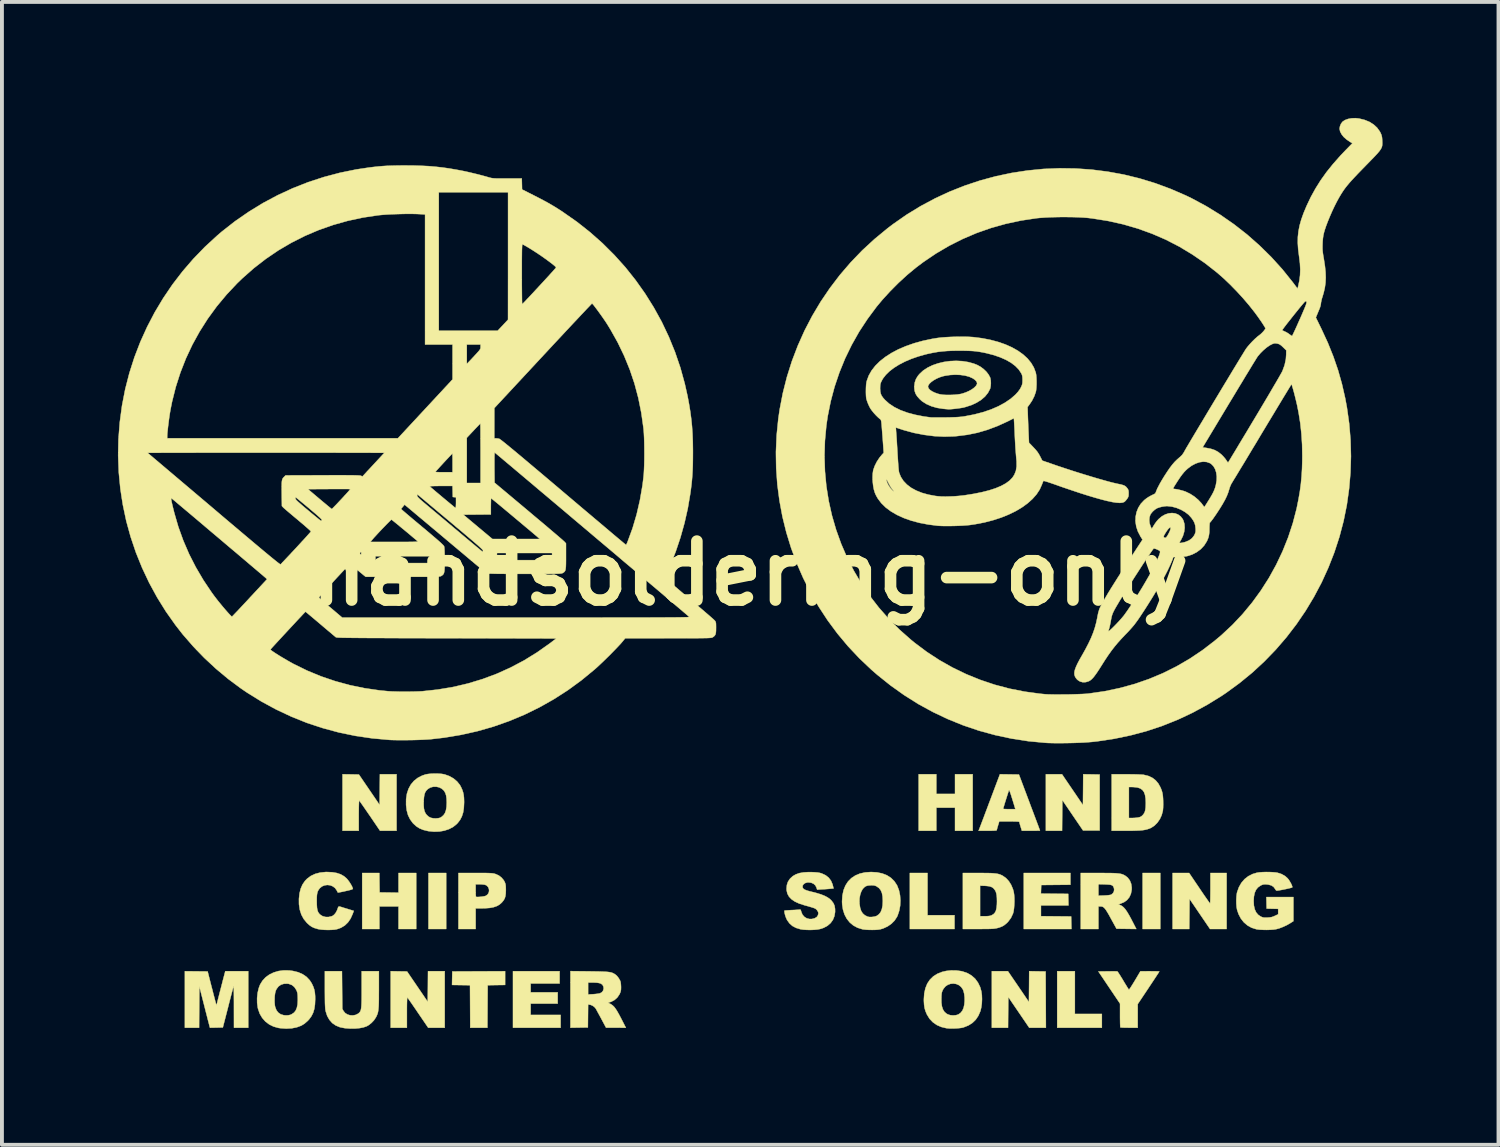
<source format=kicad_pcb>
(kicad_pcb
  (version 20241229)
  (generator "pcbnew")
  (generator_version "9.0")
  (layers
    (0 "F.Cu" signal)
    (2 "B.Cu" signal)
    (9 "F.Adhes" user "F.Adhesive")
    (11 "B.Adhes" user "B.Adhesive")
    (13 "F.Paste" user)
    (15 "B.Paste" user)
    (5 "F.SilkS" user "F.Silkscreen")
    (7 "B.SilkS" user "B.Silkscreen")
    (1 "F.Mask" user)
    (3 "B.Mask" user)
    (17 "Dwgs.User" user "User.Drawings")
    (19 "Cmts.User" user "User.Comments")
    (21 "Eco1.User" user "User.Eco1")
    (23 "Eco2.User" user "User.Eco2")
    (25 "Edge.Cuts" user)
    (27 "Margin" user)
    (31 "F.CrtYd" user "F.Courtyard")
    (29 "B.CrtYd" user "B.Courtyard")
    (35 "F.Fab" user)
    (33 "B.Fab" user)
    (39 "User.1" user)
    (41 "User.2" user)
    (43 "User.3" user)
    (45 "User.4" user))
  (footprint "handsoldering-only"
    (layer "F.Cu")
    (at 16.348 11.776)
    (property "Reference" "handsoldering-only" (at 0 0 0) (layer "F.SilkS") (effects (font (size 1.524 1.524) (thickness 0.3))))
    (attr through_hole)
    (fp_poly (pts (xy -7.861 9.195) (xy -8.319 9.195) (xy -8.319 7.747) (xy -7.861 7.747) (xy -7.861 9.195)) (stroke (width 0.01) (type solid)) (fill yes) (layer "F.SilkS"))
    (fp_poly (pts (xy 10.604 9.195) (xy 10.147 9.195) (xy 10.147 7.747) (xy 10.604 7.747) (xy 10.604 9.195)) (stroke (width 0.01) (type solid)) (fill yes) (layer "F.SilkS"))
    (fp_poly (pts (xy 4.585 8.839) (xy 5.283 8.839) (xy 5.283 9.195) (xy 4.128 9.195) (xy 4.128 7.747) (xy 4.585 7.747) (xy 4.585 8.839)) (stroke (width 0.01) (type solid)) (fill yes) (layer "F.SilkS"))
    (fp_poly (pts (xy 8.395 11.392) (xy 9.093 11.392) (xy 9.093 11.748) (xy 7.938 11.748) (xy 7.938 10.287) (xy 8.395 10.287) (xy 8.395 11.392)) (stroke (width 0.01) (type solid)) (fill yes) (layer "F.SilkS"))
    (fp_poly (pts (xy -6.337 10.642) (xy -6.563 10.645) (xy -6.788 10.649) (xy -6.795 11.748) (xy -7.239 11.748) (xy -7.242 11.198) (xy -7.245 10.649) (xy -7.71 10.642) (xy -7.703 10.293) (xy -7.02 10.29) (xy -6.337 10.287) (xy -6.337 10.642)) (stroke (width 0.01) (type solid)) (fill yes) (layer "F.SilkS"))
    (fp_poly (pts (xy -4.928 10.604) (xy -5.677 10.604) (xy -5.677 10.833) (xy -4.978 10.833) (xy -4.978 11.125) (xy -5.677 11.125) (xy -5.677 11.417) (xy -4.902 11.417) (xy -4.902 11.748) (xy -6.134 11.748) (xy -6.134 10.287) (xy -4.928 10.287) (xy -4.928 10.604)) (stroke (width 0.01) (type solid)) (fill yes) (layer "F.SilkS"))
    (fp_poly (pts (xy 4.813 5.702) (xy 5.296 5.702) (xy 5.296 5.194) (xy 5.753 5.194) (xy 5.753 6.655) (xy 5.296 6.655) (xy 5.296 6.058) (xy 4.813 6.058) (xy 4.813 6.655) (xy 4.356 6.655) (xy 4.356 5.194) (xy 4.813 5.194) (xy 4.813 5.702)) (stroke (width 0.01) (type solid)) (fill yes) (layer "F.SilkS"))
    (fp_poly (pts (xy 8.28 8.051) (xy 7.525 8.058) (xy 7.517 8.28) (xy 8.223 8.287) (xy 8.23 8.585) (xy 7.518 8.585) (xy 7.518 8.864) (xy 8.299 8.871) (xy 8.307 9.195) (xy 7.074 9.195) (xy 7.074 7.747) (xy 8.28 7.747) (xy 8.28 8.051)) (stroke (width 0.01) (type solid)) (fill yes) (layer "F.SilkS"))
    (fp_poly (pts (xy -9.586 7.998) (xy -9.582 8.249) (xy -9.093 8.256) (xy -9.093 7.747) (xy -8.636 7.747) (xy -8.636 9.195) (xy -9.093 9.195) (xy -9.093 8.611) (xy -9.588 8.611) (xy -9.588 9.195) (xy -10.033 9.195) (xy -10.033 7.747) (xy -9.589 7.747) (xy -9.586 7.998)) (stroke (width 0.01) (type solid)) (fill yes) (layer "F.SilkS"))
    (fp_poly (pts (xy 7.427 10.29) (xy 7.639 10.293) (xy 7.646 11.748) (xy 7.215 11.748) (xy 6.674 10.954) (xy 6.667 11.748) (xy 6.248 11.748) (xy 6.248 10.287) (xy 6.664 10.287) (xy 6.936 10.685) (xy 7.207 11.084) (xy 7.211 10.685) (xy 7.214 10.286) (xy 7.427 10.29)) (stroke (width 0.01) (type solid)) (fill yes) (layer "F.SilkS"))
    (fp_poly (pts (xy 8.824 5.197) (xy 9.036 5.201) (xy 9.036 6.648) (xy 8.607 6.648) (xy 8.339 6.255) (xy 8.071 5.861) (xy 8.064 6.655) (xy 7.645 6.655) (xy 7.645 5.194) (xy 8.062 5.194) (xy 8.333 5.593) (xy 8.604 5.991) (xy 8.608 5.593) (xy 8.611 5.194) (xy 8.824 5.197)) (stroke (width 0.01) (type solid)) (fill yes) (layer "F.SilkS"))
    (fp_poly (pts (xy -9.084 10.29) (xy -8.873 10.293) (xy -8.605 10.686) (xy -8.338 11.078) (xy -8.334 10.683) (xy -8.331 10.287) (xy -7.899 10.287) (xy -7.899 11.748) (xy -8.326 11.748) (xy -8.59 11.361) (xy -8.65 11.272) (xy -8.706 11.191) (xy -8.756 11.118) (xy -8.799 11.057) (xy -8.832 11.01) (xy -8.855 10.979) (xy -8.865 10.966) (xy -8.865 10.966) (xy -8.869 10.976) (xy -8.872 11.01) (xy -8.874 11.067) (xy -8.876 11.145) (xy -8.877 11.243) (xy -8.877 11.353) (xy -8.877 11.748) (xy -9.296 11.748) (xy -9.296 10.286) (xy -9.084 10.29)) (stroke (width 0.01) (type solid)) (fill yes) (layer "F.SilkS"))
    (fp_poly (pts (xy 11.615 8.14) (xy 11.675 8.229) (xy 11.731 8.311) (xy 11.781 8.383) (xy 11.824 8.444) (xy 11.857 8.491) (xy 11.88 8.522) (xy 11.89 8.534) (xy 11.89 8.534) (xy 11.893 8.522) (xy 11.895 8.487) (xy 11.897 8.434) (xy 11.898 8.364) (xy 11.899 8.281) (xy 11.9 8.187) (xy 11.9 8.141) (xy 11.9 7.747) (xy 12.319 7.747) (xy 12.319 9.195) (xy 11.89 9.195) (xy 11.625 8.806) (xy 11.36 8.417) (xy 11.357 8.806) (xy 11.353 9.195) (xy 10.922 9.195) (xy 10.922 7.747) (xy 11.349 7.747) (xy 11.615 8.14)) (stroke (width 0.01) (type solid)) (fill yes) (layer "F.SilkS"))
    (fp_poly (pts (xy -10.329 5.197) (xy -10.118 5.201) (xy -9.85 5.594) (xy -9.582 5.987) (xy -9.579 5.591) (xy -9.575 5.194) (xy -9.144 5.194) (xy -9.144 6.655) (xy -9.571 6.655) (xy -9.835 6.267) (xy -9.896 6.179) (xy -9.952 6.097) (xy -10.002 6.025) (xy -10.045 5.964) (xy -10.078 5.917) (xy -10.101 5.885) (xy -10.111 5.873) (xy -10.111 5.873) (xy -10.114 5.883) (xy -10.116 5.916) (xy -10.118 5.97) (xy -10.12 6.041) (xy -10.121 6.127) (xy -10.122 6.226) (xy -10.122 6.26) (xy -10.122 6.655) (xy -10.541 6.655) (xy -10.541 5.194) (xy -10.329 5.197)) (stroke (width 0.01) (type solid)) (fill yes) (layer "F.SilkS"))
    (fp_poly (pts (xy -14.324 10.29) (xy -14.029 10.293) (xy -13.932 10.674) (xy -13.906 10.772) (xy -13.883 10.864) (xy -13.861 10.947) (xy -13.843 11.017) (xy -13.829 11.071) (xy -13.819 11.106) (xy -13.818 11.113) (xy -13.801 11.17) (xy -13.721 10.858) (xy -13.697 10.764) (xy -13.673 10.671) (xy -13.65 10.582) (xy -13.63 10.504) (xy -13.614 10.443) (xy -13.607 10.417) (xy -13.573 10.287) (xy -12.979 10.287) (xy -12.979 11.748) (xy -13.348 11.748) (xy -13.349 11.198) (xy -13.349 11.084) (xy -13.35 10.978) (xy -13.351 10.884) (xy -13.352 10.804) (xy -13.353 10.74) (xy -13.355 10.695) (xy -13.356 10.671) (xy -13.357 10.668) (xy -13.362 10.684) (xy -13.372 10.722) (xy -13.387 10.779) (xy -13.407 10.853) (xy -13.43 10.941) (xy -13.456 11.041) (xy -13.484 11.149) (xy -13.5 11.214) (xy -13.636 11.741) (xy -13.802 11.745) (xy -13.969 11.748) (xy -13.98 11.707) (xy -13.986 11.685) (xy -13.997 11.642) (xy -14.013 11.581) (xy -14.033 11.503) (xy -14.056 11.412) (xy -14.082 11.312) (xy -14.109 11.204) (xy -14.117 11.173) (xy -14.243 10.681) (xy -14.25 11.748) (xy -14.618 11.748) (xy -14.618 10.287) (xy -14.324 10.29)) (stroke (width 0.01) (type solid)) (fill yes) (layer "F.SilkS"))
    (fp_poly (pts (xy 10.41 10.288) (xy 10.476 10.288) (xy 10.529 10.29) (xy 10.565 10.291) (xy 10.579 10.293) (xy 10.579 10.293) (xy 10.572 10.305) (xy 10.553 10.336) (xy 10.522 10.383) (xy 10.482 10.444) (xy 10.434 10.517) (xy 10.379 10.6) (xy 10.319 10.69) (xy 10.3 10.719) (xy 10.02 11.138) (xy 10.02 11.748) (xy 9.8 11.748) (xy 9.728 11.747) (xy 9.664 11.746) (xy 9.614 11.744) (xy 9.582 11.741) (xy 9.572 11.739) (xy 9.569 11.724) (xy 9.567 11.688) (xy 9.565 11.634) (xy 9.564 11.565) (xy 9.563 11.484) (xy 9.563 11.428) (xy 9.563 11.125) (xy 9.283 10.709) (xy 9.003 10.293) (xy 9.241 10.29) (xy 9.317 10.289) (xy 9.385 10.289) (xy 9.439 10.289) (xy 9.477 10.29) (xy 9.494 10.292) (xy 9.494 10.292) (xy 9.504 10.304) (xy 9.525 10.334) (xy 9.555 10.38) (xy 9.591 10.438) (xy 9.632 10.505) (xy 9.645 10.527) (xy 9.686 10.596) (xy 9.724 10.657) (xy 9.755 10.708) (xy 9.778 10.744) (xy 9.791 10.762) (xy 9.793 10.764) (xy 9.802 10.755) (xy 9.822 10.728) (xy 9.851 10.684) (xy 9.886 10.628) (xy 9.927 10.562) (xy 9.947 10.529) (xy 10.09 10.288) (xy 10.335 10.287) (xy 10.41 10.288)) (stroke (width 0.01) (type solid)) (fill yes) (layer "F.SilkS"))
    (fp_poly (pts (xy -10.547 11.259) (xy -10.516 11.316) (xy -10.473 11.368) (xy -10.415 11.405) (xy -10.347 11.426) (xy -10.275 11.43) (xy -10.204 11.417) (xy -10.139 11.385) (xy -10.112 11.363) (xy -10.096 11.346) (xy -10.083 11.326) (xy -10.072 11.301) (xy -10.063 11.268) (xy -10.057 11.225) (xy -10.052 11.169) (xy -10.049 11.098) (xy -10.047 11.009) (xy -10.046 10.901) (xy -10.046 10.769) (xy -10.046 10.748) (xy -10.046 10.287) (xy -9.601 10.287) (xy -9.601 10.766) (xy -9.602 10.904) (xy -9.602 11.018) (xy -9.604 11.113) (xy -9.607 11.191) (xy -9.612 11.255) (xy -9.618 11.307) (xy -9.626 11.351) (xy -9.637 11.389) (xy -9.651 11.424) (xy -9.667 11.459) (xy -9.68 11.483) (xy -9.728 11.555) (xy -9.792 11.623) (xy -9.864 11.68) (xy -9.914 11.709) (xy -9.997 11.738) (xy -10.098 11.758) (xy -10.214 11.769) (xy -10.341 11.77) (xy -10.473 11.76) (xy -10.485 11.759) (xy -10.609 11.734) (xy -10.716 11.69) (xy -10.807 11.627) (xy -10.88 11.544) (xy -10.937 11.444) (xy -10.976 11.324) (xy -10.98 11.306) (xy -10.985 11.275) (xy -10.989 11.234) (xy -10.992 11.18) (xy -10.995 11.111) (xy -10.996 11.025) (xy -10.997 10.918) (xy -10.998 10.79) (xy -10.998 10.754) (xy -10.998 10.287) (xy -10.556 10.287) (xy -10.547 11.259)) (stroke (width 0.01) (type solid)) (fill yes) (layer "F.SilkS"))
    (fp_poly (pts (xy -6.988 7.747) (xy -6.892 7.747) (xy -6.816 7.748) (xy -6.755 7.75) (xy -6.708 7.752) (xy -6.671 7.755) (xy -6.642 7.759) (xy -6.617 7.764) (xy -6.593 7.771) (xy -6.588 7.773) (xy -6.501 7.811) (xy -6.427 7.869) (xy -6.369 7.94) (xy -6.349 7.978) (xy -6.335 8.012) (xy -6.326 8.044) (xy -6.321 8.083) (xy -6.319 8.134) (xy -6.318 8.191) (xy -6.321 8.278) (xy -6.33 8.346) (xy -6.347 8.402) (xy -6.375 8.452) (xy -6.416 8.503) (xy -6.425 8.513) (xy -6.482 8.563) (xy -6.55 8.602) (xy -6.633 8.631) (xy -6.732 8.65) (xy -6.852 8.659) (xy -6.944 8.661) (xy -7.099 8.661) (xy -7.099 9.195) (xy -7.544 9.195) (xy -7.544 8.196) (xy -7.099 8.196) (xy -7.099 8.257) (xy -7.097 8.308) (xy -7.094 8.345) (xy -7.09 8.362) (xy -7.09 8.362) (xy -7.072 8.367) (xy -7.036 8.367) (xy -6.989 8.364) (xy -6.938 8.359) (xy -6.89 8.351) (xy -6.851 8.343) (xy -6.839 8.338) (xy -6.793 8.307) (xy -6.764 8.263) (xy -6.751 8.212) (xy -6.756 8.16) (xy -6.776 8.112) (xy -6.811 8.073) (xy -6.855 8.052) (xy -6.892 8.046) (xy -6.943 8.041) (xy -6.998 8.039) (xy -7.001 8.039) (xy -7.099 8.039) (xy -7.099 8.196) (xy -7.544 8.196) (xy -7.544 7.747) (xy -7.107 7.747) (xy -6.988 7.747)) (stroke (width 0.01) (type solid)) (fill yes) (layer "F.SilkS"))
    (fp_poly (pts (xy 9.719 5.194) (xy 9.818 5.195) (xy 9.913 5.196) (xy 9.999 5.198) (xy 10.073 5.201) (xy 10.13 5.204) (xy 10.167 5.207) (xy 10.17 5.207) (xy 10.292 5.237) (xy 10.395 5.284) (xy 10.482 5.35) (xy 10.554 5.435) (xy 10.612 5.541) (xy 10.638 5.608) (xy 10.653 5.657) (xy 10.663 5.703) (xy 10.67 5.753) (xy 10.675 5.816) (xy 10.678 5.881) (xy 10.679 5.976) (xy 10.677 6.061) (xy 10.671 6.13) (xy 10.668 6.145) (xy 10.639 6.253) (xy 10.592 6.354) (xy 10.529 6.445) (xy 10.454 6.521) (xy 10.37 6.577) (xy 10.36 6.582) (xy 10.314 6.601) (xy 10.266 6.617) (xy 10.213 6.63) (xy 10.152 6.64) (xy 10.078 6.647) (xy 9.99 6.651) (xy 9.884 6.654) (xy 9.757 6.655) (xy 9.714 6.655) (xy 9.347 6.655) (xy 9.347 5.524) (xy 9.792 5.524) (xy 9.792 6.325) (xy 9.879 6.325) (xy 9.937 6.323) (xy 9.997 6.317) (xy 10.034 6.312) (xy 10.084 6.299) (xy 10.122 6.276) (xy 10.15 6.25) (xy 10.18 6.212) (xy 10.202 6.17) (xy 10.216 6.118) (xy 10.225 6.053) (xy 10.228 5.968) (xy 10.229 5.937) (xy 10.224 5.822) (xy 10.209 5.728) (xy 10.182 5.654) (xy 10.141 5.599) (xy 10.085 5.56) (xy 10.013 5.536) (xy 9.922 5.526) (xy 9.874 5.524) (xy 9.792 5.524) (xy 9.347 5.524) (xy 9.347 5.194) (xy 9.719 5.194)) (stroke (width 0.01) (type solid)) (fill yes) (layer "F.SilkS"))
    (fp_poly (pts (xy 5.902 7.747) (xy 6.031 7.748) (xy 6.138 7.749) (xy 6.226 7.751) (xy 6.297 7.756) (xy 6.355 7.762) (xy 6.403 7.77) (xy 6.444 7.781) (xy 6.481 7.795) (xy 6.518 7.813) (xy 6.53 7.819) (xy 6.614 7.879) (xy 6.688 7.959) (xy 6.749 8.057) (xy 6.795 8.168) (xy 6.815 8.243) (xy 6.825 8.312) (xy 6.831 8.395) (xy 6.832 8.486) (xy 6.828 8.578) (xy 6.821 8.664) (xy 6.81 8.739) (xy 6.796 8.794) (xy 6.742 8.909) (xy 6.668 9.008) (xy 6.64 9.037) (xy 6.58 9.088) (xy 6.521 9.125) (xy 6.452 9.153) (xy 6.394 9.17) (xy 6.363 9.177) (xy 6.333 9.182) (xy 6.298 9.187) (xy 6.257 9.19) (xy 6.205 9.192) (xy 6.139 9.194) (xy 6.056 9.194) (xy 5.952 9.195) (xy 5.897 9.195) (xy 5.499 9.195) (xy 5.499 8.865) (xy 5.944 8.865) (xy 6.067 8.864) (xy 6.137 8.863) (xy 6.189 8.857) (xy 6.228 8.847) (xy 6.243 8.84) (xy 6.291 8.812) (xy 6.328 8.772) (xy 6.354 8.72) (xy 6.37 8.651) (xy 6.379 8.563) (xy 6.381 8.484) (xy 6.379 8.392) (xy 6.373 8.32) (xy 6.361 8.263) (xy 6.344 8.216) (xy 6.321 8.179) (xy 6.286 8.138) (xy 6.24 8.109) (xy 6.18 8.09) (xy 6.101 8.081) (xy 6.067 8.079) (xy 5.944 8.075) (xy 5.944 8.865) (xy 5.499 8.865) (xy 5.499 7.747) (xy 5.902 7.747)) (stroke (width 0.01) (type solid)) (fill yes) (layer "F.SilkS"))
    (fp_poly (pts (xy 9.014 7.747) (xy 9.151 7.748) (xy 9.266 7.749) (xy 9.361 7.75) (xy 9.438 7.753) (xy 9.501 7.758) (xy 9.551 7.764) (xy 9.593 7.772) (xy 9.628 7.783) (xy 9.659 7.796) (xy 9.688 7.812) (xy 9.694 7.815) (xy 9.764 7.87) (xy 9.817 7.942) (xy 9.851 8.028) (xy 9.865 8.124) (xy 9.864 8.181) (xy 9.844 8.284) (xy 9.804 8.373) (xy 9.744 8.446) (xy 9.665 8.503) (xy 9.572 8.541) (xy 9.519 8.557) (xy 9.573 8.579) (xy 9.614 8.601) (xy 9.655 8.635) (xy 9.697 8.682) (xy 9.742 8.746) (xy 9.791 8.828) (xy 9.848 8.931) (xy 9.866 8.966) (xy 9.984 9.195) (xy 9.472 9.188) (xy 9.329 8.928) (xy 9.278 8.834) (xy 9.235 8.761) (xy 9.2 8.705) (xy 9.169 8.665) (xy 9.142 8.638) (xy 9.116 8.621) (xy 9.089 8.613) (xy 9.058 8.611) (xy 9.053 8.611) (xy 9.004 8.611) (xy 9.004 9.195) (xy 8.547 9.195) (xy 8.547 8.334) (xy 9.004 8.334) (xy 9.154 8.329) (xy 9.222 8.325) (xy 9.279 8.319) (xy 9.319 8.312) (xy 9.335 8.307) (xy 9.38 8.27) (xy 9.406 8.22) (xy 9.411 8.163) (xy 9.397 8.112) (xy 9.382 8.087) (xy 9.362 8.069) (xy 9.332 8.056) (xy 9.288 8.048) (xy 9.225 8.044) (xy 9.166 8.041) (xy 9.004 8.037) (xy 9.004 8.334) (xy 8.547 8.334) (xy 8.547 7.747) (xy 9.014 7.747)) (stroke (width 0.01) (type solid)) (fill yes) (layer "F.SilkS"))
    (fp_poly (pts (xy -4.162 10.29) (xy -4.027 10.292) (xy -3.914 10.294) (xy -3.821 10.297) (xy -3.746 10.3) (xy -3.685 10.305) (xy -3.636 10.311) (xy -3.597 10.319) (xy -3.565 10.329) (xy -3.537 10.342) (xy -3.51 10.357) (xy -3.492 10.368) (xy -3.443 10.411) (xy -3.398 10.469) (xy -3.363 10.532) (xy -3.355 10.552) (xy -3.348 10.586) (xy -3.343 10.635) (xy -3.34 10.69) (xy -3.34 10.7) (xy -3.341 10.757) (xy -3.347 10.799) (xy -3.359 10.837) (xy -3.379 10.882) (xy -3.38 10.883) (xy -3.434 10.964) (xy -3.507 11.03) (xy -3.593 11.076) (xy -3.609 11.081) (xy -3.674 11.103) (xy -3.625 11.127) (xy -3.587 11.149) (xy -3.551 11.176) (xy -3.516 11.211) (xy -3.481 11.257) (xy -3.442 11.317) (xy -3.399 11.393) (xy -3.348 11.488) (xy -3.324 11.535) (xy -3.215 11.748) (xy -3.471 11.747) (xy -3.727 11.747) (xy -3.847 11.522) (xy -3.886 11.449) (xy -3.923 11.382) (xy -3.955 11.323) (xy -3.98 11.277) (xy -3.996 11.249) (xy -3.997 11.248) (xy -4.034 11.207) (xy -4.083 11.174) (xy -4.136 11.154) (xy -4.162 11.151) (xy -4.191 11.151) (xy -4.197 11.741) (xy -4.648 11.748) (xy -4.648 10.888) (xy -4.191 10.888) (xy -4.061 10.881) (xy -3.999 10.876) (xy -3.942 10.869) (xy -3.897 10.861) (xy -3.88 10.856) (xy -3.833 10.829) (xy -3.803 10.788) (xy -3.789 10.738) (xy -3.794 10.687) (xy -3.818 10.641) (xy -3.828 10.631) (xy -3.86 10.608) (xy -3.904 10.593) (xy -3.963 10.584) (xy -4.042 10.58) (xy -4.074 10.579) (xy -4.191 10.579) (xy -4.191 10.888) (xy -4.648 10.888) (xy -4.648 10.285) (xy -4.162 10.29)) (stroke (width 0.01) (type solid)) (fill yes) (layer "F.SilkS"))
    (fp_poly (pts (xy -11.922 10.267) (xy -11.824 10.28) (xy -11.689 10.313) (xy -11.571 10.365) (xy -11.471 10.434) (xy -11.389 10.521) (xy -11.336 10.604) (xy -11.299 10.683) (xy -11.273 10.758) (xy -11.257 10.838) (xy -11.249 10.93) (xy -11.248 11.011) (xy -11.254 11.145) (xy -11.271 11.261) (xy -11.301 11.361) (xy -11.345 11.449) (xy -11.405 11.531) (xy -11.442 11.571) (xy -11.526 11.644) (xy -11.608 11.694) (xy -11.724 11.737) (xy -11.855 11.763) (xy -11.996 11.771) (xy -12.142 11.761) (xy -12.198 11.753) (xy -12.324 11.718) (xy -12.436 11.663) (xy -12.535 11.588) (xy -12.617 11.495) (xy -12.681 11.387) (xy -12.724 11.265) (xy -12.732 11.233) (xy -12.749 11.107) (xy -12.75 11.006) (xy -12.299 11.006) (xy -12.298 11.089) (xy -12.292 11.165) (xy -12.283 11.211) (xy -12.251 11.294) (xy -12.203 11.357) (xy -12.139 11.401) (xy -12.059 11.425) (xy -12.001 11.429) (xy -11.941 11.426) (xy -11.891 11.415) (xy -11.855 11.398) (xy -11.797 11.359) (xy -11.753 11.305) (xy -11.723 11.235) (xy -11.704 11.146) (xy -11.698 11.037) (xy -11.699 10.979) (xy -11.701 10.914) (xy -11.705 10.867) (xy -11.713 10.832) (xy -11.724 10.799) (xy -11.741 10.763) (xy -11.741 10.763) (xy -11.79 10.692) (xy -11.852 10.643) (xy -11.929 10.614) (xy -11.965 10.609) (xy -12.054 10.611) (xy -12.132 10.635) (xy -12.197 10.68) (xy -12.247 10.746) (xy -12.269 10.793) (xy -12.284 10.85) (xy -12.294 10.924) (xy -12.299 11.006) (xy -12.75 11.006) (xy -12.75 10.976) (xy -12.736 10.845) (xy -12.707 10.723) (xy -12.673 10.633) (xy -12.611 10.532) (xy -12.531 10.445) (xy -12.433 10.374) (xy -12.322 10.32) (xy -12.198 10.283) (xy -12.064 10.265) (xy -11.922 10.267)) (stroke (width 0.01) (type solid)) (fill yes) (layer "F.SilkS"))
    (fp_poly (pts (xy 6.949 5.201) (xy 7.221 5.924) (xy 7.269 6.053) (xy 7.315 6.174) (xy 7.357 6.286) (xy 7.395 6.387) (xy 7.428 6.475) (xy 7.455 6.547) (xy 7.475 6.602) (xy 7.488 6.637) (xy 7.493 6.651) (xy 7.493 6.651) (xy 7.481 6.652) (xy 7.447 6.653) (xy 7.397 6.654) (xy 7.332 6.655) (xy 7.259 6.655) (xy 7.025 6.655) (xy 6.992 6.548) (xy 6.977 6.499) (xy 6.966 6.458) (xy 6.96 6.432) (xy 6.96 6.428) (xy 6.95 6.422) (xy 6.919 6.418) (xy 6.867 6.416) (xy 6.791 6.414) (xy 6.7 6.413) (xy 6.44 6.413) (xy 6.408 6.519) (xy 6.393 6.568) (xy 6.382 6.609) (xy 6.376 6.635) (xy 6.375 6.64) (xy 6.368 6.645) (xy 6.345 6.65) (xy 6.304 6.652) (xy 6.242 6.654) (xy 6.158 6.655) (xy 6.14 6.655) (xy 5.905 6.655) (xy 5.922 6.614) (xy 5.93 6.594) (xy 5.945 6.553) (xy 5.968 6.493) (xy 5.997 6.416) (xy 6.032 6.325) (xy 6.071 6.22) (xy 6.114 6.106) (xy 6.121 6.089) (xy 6.54 6.089) (xy 6.552 6.091) (xy 6.585 6.094) (xy 6.633 6.095) (xy 6.692 6.096) (xy 6.699 6.096) (xy 6.857 6.096) (xy 6.84 6.042) (xy 6.831 6.011) (xy 6.816 5.962) (xy 6.797 5.899) (xy 6.775 5.829) (xy 6.762 5.787) (xy 6.741 5.72) (xy 6.722 5.664) (xy 6.706 5.625) (xy 6.696 5.605) (xy 6.692 5.603) (xy 6.686 5.619) (xy 6.674 5.655) (xy 6.658 5.705) (xy 6.639 5.765) (xy 6.618 5.831) (xy 6.597 5.898) (xy 6.577 5.962) (xy 6.561 6.017) (xy 6.548 6.059) (xy 6.541 6.084) (xy 6.54 6.089) (xy 6.121 6.089) (xy 6.16 5.983) (xy 6.198 5.883) (xy 6.457 5.194) (xy 6.949 5.201)) (stroke (width 0.01) (type solid)) (fill yes) (layer "F.SilkS"))
    (fp_poly (pts (xy 3.28 7.731) (xy 3.416 7.76) (xy 3.536 7.807) (xy 3.639 7.873) (xy 3.725 7.958) (xy 3.794 8.061) (xy 3.803 8.08) (xy 3.847 8.195) (xy 3.874 8.324) (xy 3.884 8.459) (xy 3.877 8.595) (xy 3.852 8.727) (xy 3.811 8.849) (xy 3.795 8.882) (xy 3.734 8.976) (xy 3.652 9.059) (xy 3.553 9.128) (xy 3.441 9.18) (xy 3.372 9.201) (xy 3.316 9.211) (xy 3.242 9.217) (xy 3.158 9.219) (xy 3.071 9.218) (xy 2.988 9.213) (xy 2.918 9.205) (xy 2.896 9.2) (xy 2.774 9.162) (xy 2.666 9.103) (xy 2.574 9.026) (xy 2.498 8.931) (xy 2.439 8.82) (xy 2.399 8.694) (xy 2.378 8.556) (xy 2.376 8.501) (xy 2.824 8.501) (xy 2.827 8.547) (xy 2.843 8.649) (xy 2.87 8.73) (xy 2.91 8.792) (xy 2.963 8.839) (xy 3.032 8.874) (xy 3.048 8.879) (xy 3.092 8.886) (xy 3.15 8.884) (xy 3.209 8.876) (xy 3.26 8.861) (xy 3.273 8.855) (xy 3.33 8.814) (xy 3.374 8.757) (xy 3.404 8.682) (xy 3.423 8.588) (xy 3.429 8.473) (xy 3.429 8.464) (xy 3.423 8.354) (xy 3.406 8.264) (xy 3.375 8.192) (xy 3.33 8.136) (xy 3.269 8.093) (xy 3.26 8.088) (xy 3.226 8.074) (xy 3.19 8.067) (xy 3.142 8.065) (xy 3.112 8.066) (xy 3.057 8.07) (xy 3.018 8.078) (xy 2.986 8.092) (xy 2.961 8.107) (xy 2.912 8.156) (xy 2.873 8.224) (xy 2.844 8.307) (xy 2.827 8.401) (xy 2.824 8.501) (xy 2.376 8.501) (xy 2.375 8.482) (xy 2.385 8.329) (xy 2.414 8.192) (xy 2.463 8.071) (xy 2.53 7.967) (xy 2.616 7.88) (xy 2.718 7.812) (xy 2.838 7.762) (xy 2.973 7.732) (xy 3.124 7.722) (xy 3.127 7.722) (xy 3.28 7.731)) (stroke (width 0.01) (type solid)) (fill yes) (layer "F.SilkS"))
    (fp_poly (pts (xy 5.33 10.268) (xy 5.457 10.285) (xy 5.494 10.294) (xy 5.618 10.337) (xy 5.726 10.401) (xy 5.817 10.482) (xy 5.89 10.582) (xy 5.946 10.698) (xy 5.977 10.808) (xy 5.99 10.902) (xy 5.994 11.009) (xy 5.989 11.119) (xy 5.975 11.223) (xy 5.954 11.312) (xy 5.951 11.321) (xy 5.899 11.44) (xy 5.831 11.541) (xy 5.746 11.623) (xy 5.642 11.689) (xy 5.519 11.738) (xy 5.512 11.741) (xy 5.46 11.752) (xy 5.391 11.76) (xy 5.311 11.766) (xy 5.228 11.768) (xy 5.15 11.767) (xy 5.084 11.761) (xy 5.074 11.76) (xy 4.941 11.728) (xy 4.824 11.677) (xy 4.723 11.606) (xy 4.638 11.517) (xy 4.571 11.408) (xy 4.566 11.398) (xy 4.533 11.32) (xy 4.51 11.241) (xy 4.497 11.156) (xy 4.491 11.057) (xy 4.491 11.011) (xy 4.493 10.977) (xy 4.943 10.977) (xy 4.944 11.096) (xy 4.957 11.194) (xy 4.983 11.274) (xy 5.022 11.337) (xy 5.076 11.384) (xy 5.106 11.401) (xy 5.17 11.423) (xy 5.245 11.43) (xy 5.321 11.424) (xy 5.38 11.406) (xy 5.438 11.366) (xy 5.486 11.307) (xy 5.518 11.235) (xy 5.536 11.152) (xy 5.545 11.059) (xy 5.544 10.964) (xy 5.534 10.874) (xy 5.515 10.797) (xy 5.499 10.757) (xy 5.453 10.692) (xy 5.394 10.645) (xy 5.325 10.616) (xy 5.252 10.606) (xy 5.178 10.613) (xy 5.108 10.639) (xy 5.045 10.682) (xy 4.996 10.744) (xy 4.986 10.761) (xy 4.969 10.797) (xy 4.957 10.83) (xy 4.95 10.867) (xy 4.946 10.915) (xy 4.943 10.977) (xy 4.493 10.977) (xy 4.501 10.86) (xy 4.531 10.726) (xy 4.579 10.607) (xy 4.647 10.506) (xy 4.733 10.421) (xy 4.837 10.355) (xy 4.958 10.306) (xy 5.068 10.28) (xy 5.197 10.266) (xy 5.33 10.268)) (stroke (width 0.01) (type solid)) (fill yes) (layer "F.SilkS"))
    (fp_poly (pts (xy -8.064 5.178) (xy -7.979 5.184) (xy -7.911 5.196) (xy -7.902 5.198) (xy -7.779 5.242) (xy -7.67 5.304) (xy -7.579 5.381) (xy -7.506 5.472) (xy -7.475 5.53) (xy -7.444 5.599) (xy -7.423 5.664) (xy -7.409 5.729) (xy -7.401 5.804) (xy -7.398 5.894) (xy -7.398 5.931) (xy -7.405 6.066) (xy -7.423 6.183) (xy -7.455 6.283) (xy -7.501 6.373) (xy -7.563 6.454) (xy -7.592 6.484) (xy -7.681 6.556) (xy -7.788 6.612) (xy -7.908 6.652) (xy -8.039 6.675) (xy -8.177 6.679) (xy -8.319 6.665) (xy -8.338 6.661) (xy -8.455 6.632) (xy -8.554 6.591) (xy -8.639 6.536) (xy -8.716 6.464) (xy -8.72 6.46) (xy -8.793 6.362) (xy -8.847 6.252) (xy -8.881 6.128) (xy -8.897 5.997) (xy -8.443 5.997) (xy -8.437 6.079) (xy -8.422 6.145) (xy -8.398 6.2) (xy -8.366 6.244) (xy -8.315 6.291) (xy -8.258 6.32) (xy -8.189 6.334) (xy -8.127 6.335) (xy -8.073 6.331) (xy -8.035 6.324) (xy -8.004 6.311) (xy -7.977 6.294) (xy -7.928 6.25) (xy -7.892 6.196) (xy -7.867 6.126) (xy -7.852 6.039) (xy -7.847 5.931) (xy -7.847 5.921) (xy -7.851 5.823) (xy -7.862 5.744) (xy -7.882 5.681) (xy -7.912 5.628) (xy -7.918 5.619) (xy -7.973 5.568) (xy -8.041 5.533) (xy -8.117 5.516) (xy -8.195 5.517) (xy -8.27 5.537) (xy -8.335 5.576) (xy -8.374 5.615) (xy -8.403 5.659) (xy -8.423 5.715) (xy -8.435 5.785) (xy -8.442 5.875) (xy -8.443 5.894) (xy -8.443 5.997) (xy -8.897 5.997) (xy -8.898 5.988) (xy -8.897 5.835) (xy -8.876 5.696) (xy -8.834 5.57) (xy -8.774 5.46) (xy -8.695 5.366) (xy -8.598 5.289) (xy -8.484 5.23) (xy -8.394 5.199) (xy -8.328 5.187) (xy -8.246 5.179) (xy -8.155 5.176) (xy -8.064 5.178)) (stroke (width 0.01) (type solid)) (fill yes) (layer "F.SilkS"))
    (fp_poly (pts (xy 13.429 7.723) (xy 13.517 7.727) (xy 13.593 7.734) (xy 13.631 7.74) (xy 13.74 7.775) (xy 13.833 7.828) (xy 13.895 7.884) (xy 13.924 7.919) (xy 13.953 7.965) (xy 13.981 8.013) (xy 14.003 8.059) (xy 14.016 8.096) (xy 14.018 8.118) (xy 14.005 8.124) (xy 13.972 8.134) (xy 13.924 8.146) (xy 13.866 8.159) (xy 13.804 8.172) (xy 13.742 8.184) (xy 13.686 8.194) (xy 13.641 8.201) (xy 13.614 8.204) (xy 13.596 8.194) (xy 13.577 8.168) (xy 13.573 8.16) (xy 13.533 8.106) (xy 13.475 8.068) (xy 13.397 8.047) (xy 13.357 8.042) (xy 13.305 8.04) (xy 13.268 8.044) (xy 13.235 8.054) (xy 13.196 8.073) (xy 13.129 8.12) (xy 13.079 8.182) (xy 13.044 8.262) (xy 13.024 8.36) (xy 13.018 8.471) (xy 13.024 8.589) (xy 13.046 8.686) (xy 13.082 8.765) (xy 13.133 8.826) (xy 13.195 8.869) (xy 13.233 8.887) (xy 13.264 8.897) (xy 13.299 8.901) (xy 13.346 8.901) (xy 13.373 8.9) (xy 13.437 8.895) (xy 13.488 8.886) (xy 13.536 8.869) (xy 13.567 8.855) (xy 13.652 8.815) (xy 13.652 8.675) (xy 13.354 8.668) (xy 13.35 8.519) (xy 13.347 8.369) (xy 14.046 8.369) (xy 14.046 8.992) (xy 13.974 9.038) (xy 13.88 9.093) (xy 13.779 9.14) (xy 13.681 9.178) (xy 13.599 9.2) (xy 13.531 9.21) (xy 13.447 9.216) (xy 13.355 9.219) (xy 13.262 9.217) (xy 13.176 9.213) (xy 13.104 9.204) (xy 13.084 9.2) (xy 12.964 9.162) (xy 12.857 9.102) (xy 12.764 9.022) (xy 12.687 8.924) (xy 12.627 8.809) (xy 12.59 8.7) (xy 12.577 8.627) (xy 12.57 8.539) (xy 12.569 8.445) (xy 12.574 8.353) (xy 12.584 8.273) (xy 12.591 8.242) (xy 12.637 8.114) (xy 12.701 8.001) (xy 12.783 7.906) (xy 12.88 7.83) (xy 12.992 7.773) (xy 13.1 7.741) (xy 13.164 7.731) (xy 13.245 7.725) (xy 13.336 7.722) (xy 13.429 7.723)) (stroke (width 0.01) (type solid)) (fill yes) (layer "F.SilkS"))
    (fp_poly (pts (xy 5.483 -5.488) (xy 5.636 -5.464) (xy 5.782 -5.424) (xy 5.87 -5.389) (xy 5.956 -5.342) (xy 6.036 -5.282) (xy 6.107 -5.214) (xy 6.163 -5.141) (xy 6.202 -5.069) (xy 6.21 -5.044) (xy 6.22 -4.986) (xy 6.223 -4.917) (xy 6.218 -4.847) (xy 6.207 -4.788) (xy 6.202 -4.772) (xy 6.148 -4.669) (xy 6.072 -4.574) (xy 5.974 -4.489) (xy 5.856 -4.415) (xy 5.72 -4.352) (xy 5.566 -4.302) (xy 5.508 -4.287) (xy 5.463 -4.279) (xy 5.404 -4.27) (xy 5.336 -4.261) (xy 5.267 -4.253) (xy 5.204 -4.247) (xy 5.154 -4.244) (xy 5.124 -4.244) (xy 5.1 -4.246) (xy 5.059 -4.249) (xy 5.008 -4.254) (xy 4.994 -4.255) (xy 4.833 -4.28) (xy 4.686 -4.322) (xy 4.556 -4.379) (xy 4.444 -4.451) (xy 4.38 -4.509) (xy 4.317 -4.58) (xy 4.276 -4.647) (xy 4.252 -4.719) (xy 4.243 -4.8) (xy 4.244 -4.829) (xy 4.597 -4.829) (xy 4.61 -4.789) (xy 4.644 -4.748) (xy 4.698 -4.71) (xy 4.767 -4.675) (xy 4.85 -4.645) (xy 4.909 -4.63) (xy 4.981 -4.619) (xy 5.071 -4.614) (xy 5.17 -4.614) (xy 5.271 -4.618) (xy 5.367 -4.627) (xy 5.449 -4.64) (xy 5.48 -4.648) (xy 5.571 -4.678) (xy 5.656 -4.715) (xy 5.731 -4.757) (xy 5.792 -4.802) (xy 5.837 -4.847) (xy 5.863 -4.891) (xy 5.867 -4.915) (xy 5.855 -4.957) (xy 5.818 -4.999) (xy 5.758 -5.042) (xy 5.752 -5.045) (xy 5.662 -5.086) (xy 5.553 -5.115) (xy 5.432 -5.132) (xy 5.302 -5.137) (xy 5.169 -5.13) (xy 5.038 -5.11) (xy 4.985 -5.098) (xy 4.9 -5.071) (xy 4.819 -5.036) (xy 4.746 -4.995) (xy 4.684 -4.951) (xy 4.636 -4.906) (xy 4.606 -4.862) (xy 4.597 -4.829) (xy 4.244 -4.829) (xy 4.244 -4.845) (xy 4.257 -4.941) (xy 4.288 -5.028) (xy 4.339 -5.11) (xy 4.378 -5.156) (xy 4.472 -5.244) (xy 4.586 -5.319) (xy 4.716 -5.382) (xy 4.858 -5.431) (xy 5.009 -5.467) (xy 5.166 -5.489) (xy 5.325 -5.496) (xy 5.483 -5.488)) (stroke (width 0.01) (type solid)) (fill yes) (layer "F.SilkS"))
    (fp_poly (pts (xy -10.803 7.728) (xy -10.688 7.748) (xy -10.588 7.782) (xy -10.502 7.832) (xy -10.434 7.89) (xy -10.401 7.929) (xy -10.365 7.978) (xy -10.331 8.031) (xy -10.302 8.082) (xy -10.282 8.126) (xy -10.274 8.156) (xy -10.274 8.157) (xy -10.286 8.167) (xy -10.322 8.18) (xy -10.382 8.196) (xy -10.466 8.215) (xy -10.532 8.23) (xy -10.589 8.241) (xy -10.632 8.249) (xy -10.657 8.253) (xy -10.661 8.253) (xy -10.669 8.24) (xy -10.683 8.212) (xy -10.692 8.195) (xy -10.735 8.135) (xy -10.793 8.092) (xy -10.86 8.065) (xy -10.932 8.056) (xy -11.004 8.066) (xy -11.071 8.093) (xy -11.127 8.139) (xy -11.141 8.156) (xy -11.166 8.192) (xy -11.184 8.227) (xy -11.195 8.266) (xy -11.203 8.315) (xy -11.207 8.377) (xy -11.208 8.458) (xy -11.208 8.477) (xy -11.206 8.574) (xy -11.201 8.65) (xy -11.191 8.708) (xy -11.174 8.754) (xy -11.151 8.791) (xy -11.12 8.824) (xy -11.118 8.825) (xy -11.056 8.864) (xy -10.981 8.884) (xy -10.902 8.885) (xy -10.822 8.866) (xy -10.8 8.857) (xy -10.756 8.824) (xy -10.715 8.773) (xy -10.681 8.708) (xy -10.666 8.667) (xy -10.655 8.633) (xy -10.642 8.616) (xy -10.621 8.614) (xy -10.584 8.623) (xy -10.565 8.629) (xy -10.529 8.641) (xy -10.476 8.657) (xy -10.416 8.675) (xy -10.379 8.687) (xy -10.25 8.726) (xy -10.279 8.806) (xy -10.333 8.926) (xy -10.401 9.025) (xy -10.483 9.104) (xy -10.581 9.163) (xy -10.687 9.201) (xy -10.751 9.212) (xy -10.832 9.218) (xy -10.922 9.22) (xy -11.014 9.217) (xy -11.099 9.21) (xy -11.171 9.198) (xy -11.184 9.195) (xy -11.27 9.169) (xy -11.339 9.137) (xy -11.4 9.094) (xy -11.463 9.036) (xy -11.464 9.035) (xy -11.545 8.936) (xy -11.606 8.823) (xy -11.646 8.697) (xy -11.667 8.556) (xy -11.668 8.414) (xy -11.653 8.273) (xy -11.622 8.151) (xy -11.576 8.045) (xy -11.512 7.952) (xy -11.459 7.897) (xy -11.362 7.824) (xy -11.25 7.771) (xy -11.122 7.737) (xy -10.978 7.722) (xy -10.938 7.722) (xy -10.803 7.728)) (stroke (width 0.01) (type solid)) (fill yes) (layer "F.SilkS"))
    (fp_poly (pts (xy 1.594 7.725) (xy 1.676 7.729) (xy 1.738 7.734) (xy 1.788 7.742) (xy 1.831 7.753) (xy 1.852 7.76) (xy 1.951 7.806) (xy 2.029 7.868) (xy 2.088 7.945) (xy 2.129 8.04) (xy 2.134 8.061) (xy 2.156 8.147) (xy 2.065 8.155) (xy 2.009 8.16) (xy 1.941 8.165) (xy 1.871 8.169) (xy 1.853 8.17) (xy 1.731 8.178) (xy 1.716 8.129) (xy 1.686 8.069) (xy 1.638 8.025) (xy 1.575 7.998) (xy 1.5 7.99) (xy 1.476 7.992) (xy 1.423 8.007) (xy 1.382 8.035) (xy 1.358 8.071) (xy 1.354 8.113) (xy 1.361 8.133) (xy 1.378 8.157) (xy 1.411 8.178) (xy 1.461 8.198) (xy 1.531 8.219) (xy 1.581 8.231) (xy 1.718 8.266) (xy 1.832 8.301) (xy 1.926 8.339) (xy 2.002 8.379) (xy 2.064 8.424) (xy 2.102 8.461) (xy 2.151 8.526) (xy 2.181 8.595) (xy 2.194 8.675) (xy 2.195 8.755) (xy 2.177 8.863) (xy 2.138 8.96) (xy 2.078 9.043) (xy 1.998 9.112) (xy 1.899 9.165) (xy 1.808 9.195) (xy 1.738 9.208) (xy 1.652 9.216) (xy 1.556 9.22) (xy 1.46 9.218) (xy 1.371 9.212) (xy 1.298 9.201) (xy 1.298 9.201) (xy 1.186 9.167) (xy 1.092 9.117) (xy 1.017 9.051) (xy 0.956 8.967) (xy 0.94 8.934) (xy 0.921 8.89) (xy 0.904 8.84) (xy 0.892 8.792) (xy 0.885 8.752) (xy 0.884 8.726) (xy 0.888 8.72) (xy 0.902 8.717) (xy 0.938 8.714) (xy 0.989 8.711) (xy 1.052 8.707) (xy 1.079 8.706) (xy 1.147 8.703) (xy 1.206 8.699) (xy 1.252 8.696) (xy 1.28 8.693) (xy 1.285 8.692) (xy 1.299 8.694) (xy 1.31 8.713) (xy 1.321 8.751) (xy 1.35 8.822) (xy 1.398 8.879) (xy 1.46 8.918) (xy 1.532 8.937) (xy 1.597 8.936) (xy 1.668 8.918) (xy 1.72 8.886) (xy 1.746 8.852) (xy 1.763 8.801) (xy 1.757 8.755) (xy 1.728 8.709) (xy 1.726 8.706) (xy 1.712 8.691) (xy 1.697 8.678) (xy 1.678 8.666) (xy 1.653 8.655) (xy 1.616 8.642) (xy 1.566 8.627) (xy 1.499 8.607) (xy 1.411 8.583) (xy 1.397 8.579) (xy 1.264 8.536) (xy 1.154 8.485) (xy 1.068 8.426) (xy 1.004 8.359) (xy 0.962 8.282) (xy 0.942 8.196) (xy 0.94 8.152) (xy 0.949 8.057) (xy 0.976 7.975) (xy 1.025 7.901) (xy 1.035 7.889) (xy 1.101 7.829) (xy 1.178 7.784) (xy 1.27 7.751) (xy 1.379 7.732) (xy 1.507 7.724) (xy 1.594 7.725)) (stroke (width 0.01) (type solid)) (fill yes) (layer "F.SilkS"))
    (fp_poly (pts (xy 5.548 -6.12) (xy 5.663 -6.116) (xy 5.761 -6.11) (xy 5.762 -6.11) (xy 5.991 -6.081) (xy 6.208 -6.039) (xy 6.41 -5.985) (xy 6.598 -5.92) (xy 6.768 -5.844) (xy 6.922 -5.757) (xy 7.056 -5.661) (xy 7.171 -5.556) (xy 7.264 -5.442) (xy 7.335 -5.321) (xy 7.383 -5.193) (xy 7.385 -5.185) (xy 7.395 -5.13) (xy 7.401 -5.057) (xy 7.404 -4.974) (xy 7.404 -4.887) (xy 7.4 -4.805) (xy 7.393 -4.735) (xy 7.385 -4.693) (xy 7.345 -4.58) (xy 7.287 -4.465) (xy 7.231 -4.381) (xy 7.172 -4.301) (xy 7.181 -4.027) (xy 7.185 -3.93) (xy 7.189 -3.828) (xy 7.193 -3.728) (xy 7.197 -3.637) (xy 7.2 -3.566) (xy 7.209 -3.379) (xy 7.324 -3.259) (xy 7.384 -3.194) (xy 7.43 -3.137) (xy 7.466 -3.081) (xy 7.495 -3.028) (xy 7.552 -2.916) (xy 7.767 -2.842) (xy 7.94 -2.782) (xy 8.118 -2.723) (xy 8.297 -2.664) (xy 8.476 -2.607) (xy 8.65 -2.553) (xy 8.818 -2.502) (xy 8.976 -2.455) (xy 9.123 -2.413) (xy 9.255 -2.376) (xy 9.37 -2.346) (xy 9.465 -2.324) (xy 9.5 -2.316) (xy 9.575 -2.301) (xy 9.63 -2.286) (xy 9.67 -2.272) (xy 9.7 -2.254) (xy 9.725 -2.232) (xy 9.749 -2.202) (xy 9.75 -2.202) (xy 9.77 -2.172) (xy 9.78 -2.143) (xy 9.785 -2.105) (xy 9.785 -2.069) (xy 9.784 -2.019) (xy 9.777 -1.984) (xy 9.763 -1.953) (xy 9.747 -1.93) (xy 9.707 -1.878) (xy 9.67 -1.846) (xy 9.626 -1.83) (xy 9.57 -1.824) (xy 9.54 -1.824) (xy 9.46 -1.83) (xy 9.357 -1.846) (xy 9.232 -1.873) (xy 9.086 -1.91) (xy 8.919 -1.957) (xy 8.731 -2.013) (xy 8.523 -2.079) (xy 8.296 -2.155) (xy 8.049 -2.239) (xy 7.901 -2.292) (xy 7.817 -2.321) (xy 7.741 -2.347) (xy 7.677 -2.368) (xy 7.626 -2.383) (xy 7.594 -2.391) (xy 7.582 -2.392) (xy 7.574 -2.375) (xy 7.56 -2.342) (xy 7.544 -2.299) (xy 7.486 -2.169) (xy 7.404 -2.044) (xy 7.299 -1.925) (xy 7.173 -1.812) (xy 7.028 -1.707) (xy 6.865 -1.61) (xy 6.684 -1.522) (xy 6.489 -1.443) (xy 6.279 -1.375) (xy 6.056 -1.317) (xy 5.821 -1.272) (xy 5.674 -1.25) (xy 5.596 -1.243) (xy 5.501 -1.236) (xy 5.394 -1.231) (xy 5.28 -1.227) (xy 5.166 -1.225) (xy 5.057 -1.225) (xy 4.96 -1.226) (xy 4.879 -1.23) (xy 4.851 -1.232) (xy 4.608 -1.263) (xy 4.38 -1.306) (xy 4.169 -1.362) (xy 3.974 -1.431) (xy 3.798 -1.511) (xy 3.641 -1.602) (xy 3.505 -1.703) (xy 3.391 -1.815) (xy 3.303 -1.931) (xy 3.272 -1.983) (xy 3.243 -2.039) (xy 3.225 -2.081) (xy 3.199 -2.166) (xy 3.18 -2.266) (xy 3.168 -2.373) (xy 3.166 -2.421) (xy 3.522 -2.421) (xy 3.524 -2.407) (xy 3.543 -2.343) (xy 3.579 -2.273) (xy 3.627 -2.203) (xy 3.649 -2.177) (xy 3.68 -2.142) (xy 3.7 -2.124) (xy 3.707 -2.122) (xy 3.701 -2.137) (xy 3.688 -2.156) (xy 3.666 -2.186) (xy 3.656 -2.198) (xy 3.634 -2.231) (xy 3.606 -2.278) (xy 3.578 -2.331) (xy 3.568 -2.351) (xy 3.544 -2.398) (xy 3.529 -2.425) (xy 3.523 -2.432) (xy 3.522 -2.421) (xy 3.166 -2.421) (xy 3.164 -2.48) (xy 3.168 -2.578) (xy 3.18 -2.662) (xy 3.182 -2.671) (xy 3.219 -2.776) (xy 3.273 -2.885) (xy 3.341 -2.989) (xy 3.405 -3.067) (xy 3.452 -3.118) (xy 3.441 -3.283) (xy 3.436 -3.35) (xy 3.43 -3.435) (xy 3.423 -3.53) (xy 3.415 -3.627) (xy 3.409 -3.707) (xy 3.404 -3.772) (xy 3.767 -3.772) (xy 3.767 -3.76) (xy 3.769 -3.727) (xy 3.772 -3.677) (xy 3.777 -3.613) (xy 3.781 -3.559) (xy 3.786 -3.485) (xy 3.792 -3.392) (xy 3.798 -3.287) (xy 3.805 -3.177) (xy 3.811 -3.067) (xy 3.815 -3.004) (xy 3.821 -2.91) (xy 3.827 -2.822) (xy 3.833 -2.744) (xy 3.839 -2.68) (xy 3.845 -2.634) (xy 3.849 -2.61) (xy 3.894 -2.496) (xy 3.962 -2.391) (xy 4.052 -2.297) (xy 4.162 -2.213) (xy 4.292 -2.142) (xy 4.441 -2.082) (xy 4.607 -2.036) (xy 4.789 -2.002) (xy 4.851 -1.995) (xy 4.939 -1.988) (xy 5.045 -1.986) (xy 5.163 -1.989) (xy 5.287 -1.994) (xy 5.409 -2.004) (xy 5.524 -2.017) (xy 5.544 -2.019) (xy 5.781 -2.057) (xy 5.994 -2.1) (xy 6.182 -2.148) (xy 6.348 -2.202) (xy 6.49 -2.262) (xy 6.609 -2.327) (xy 6.707 -2.399) (xy 6.782 -2.477) (xy 6.83 -2.551) (xy 6.87 -2.651) (xy 6.889 -2.766) (xy 6.888 -2.898) (xy 6.884 -2.938) (xy 6.877 -3.016) (xy 6.869 -3.115) (xy 6.86 -3.228) (xy 6.853 -3.35) (xy 6.846 -3.476) (xy 6.84 -3.599) (xy 6.839 -3.626) (xy 6.836 -3.702) (xy 6.832 -3.78) (xy 6.828 -3.85) (xy 6.825 -3.905) (xy 6.825 -3.907) (xy 6.818 -4.011) (xy 6.657 -3.93) (xy 6.394 -3.81) (xy 6.135 -3.713) (xy 5.876 -3.637) (xy 5.611 -3.583) (xy 5.338 -3.549) (xy 5.261 -3.543) (xy 5.014 -3.536) (xy 4.756 -3.549) (xy 4.493 -3.583) (xy 4.229 -3.634) (xy 3.969 -3.705) (xy 3.843 -3.746) (xy 3.804 -3.759) (xy 3.776 -3.769) (xy 3.767 -3.772) (xy 3.404 -3.772) (xy 3.402 -3.794) (xy 3.397 -3.86) (xy 3.392 -3.907) (xy 3.387 -3.94) (xy 3.381 -3.961) (xy 3.374 -3.975) (xy 3.364 -3.985) (xy 3.355 -3.992) (xy 3.308 -4.032) (xy 3.253 -4.086) (xy 3.198 -4.146) (xy 3.149 -4.206) (xy 3.111 -4.259) (xy 3.105 -4.269) (xy 3.077 -4.322) (xy 3.048 -4.386) (xy 3.026 -4.444) (xy 3.012 -4.486) (xy 3.002 -4.523) (xy 2.997 -4.562) (xy 2.994 -4.61) (xy 2.992 -4.673) (xy 2.992 -4.718) (xy 2.993 -4.782) (xy 3.359 -4.782) (xy 3.363 -4.708) (xy 3.375 -4.647) (xy 3.398 -4.594) (xy 3.437 -4.539) (xy 3.484 -4.486) (xy 3.595 -4.386) (xy 3.729 -4.298) (xy 3.885 -4.221) (xy 4.064 -4.155) (xy 4.265 -4.101) (xy 4.49 -4.057) (xy 4.661 -4.034) (xy 4.685 -4.032) (xy 4.731 -4.032) (xy 4.795 -4.031) (xy 4.872 -4.031) (xy 4.96 -4.031) (xy 5.048 -4.032) (xy 5.166 -4.034) (xy 5.262 -4.037) (xy 5.343 -4.04) (xy 5.411 -4.045) (xy 5.474 -4.051) (xy 5.533 -4.059) (xy 5.554 -4.063) (xy 5.793 -4.109) (xy 6.018 -4.168) (xy 6.226 -4.238) (xy 6.415 -4.32) (xy 6.585 -4.412) (xy 6.735 -4.514) (xy 6.859 -4.622) (xy 6.926 -4.696) (xy 6.976 -4.765) (xy 6.999 -4.807) (xy 7.021 -4.854) (xy 7.034 -4.893) (xy 7.04 -4.932) (xy 7.042 -4.983) (xy 7.042 -5.004) (xy 7.04 -5.062) (xy 7.035 -5.105) (xy 7.025 -5.14) (xy 7.008 -5.175) (xy 6.944 -5.272) (xy 6.856 -5.362) (xy 6.746 -5.446) (xy 6.615 -5.521) (xy 6.463 -5.588) (xy 6.294 -5.646) (xy 6.109 -5.694) (xy 6.014 -5.714) (xy 5.929 -5.729) (xy 5.849 -5.741) (xy 5.767 -5.749) (xy 5.678 -5.754) (xy 5.577 -5.757) (xy 5.46 -5.759) (xy 5.391 -5.759) (xy 5.234 -5.757) (xy 5.096 -5.751) (xy 4.971 -5.741) (xy 4.852 -5.727) (xy 4.732 -5.706) (xy 4.607 -5.68) (xy 4.535 -5.663) (xy 4.347 -5.61) (xy 4.169 -5.548) (xy 4.004 -5.478) (xy 3.853 -5.4) (xy 3.718 -5.316) (xy 3.602 -5.227) (xy 3.507 -5.134) (xy 3.433 -5.039) (xy 3.403 -4.985) (xy 3.381 -4.939) (xy 3.368 -4.902) (xy 3.362 -4.865) (xy 3.36 -4.817) (xy 3.359 -4.782) (xy 2.993 -4.782) (xy 2.994 -4.809) (xy 2.998 -4.881) (xy 3.006 -4.938) (xy 3.015 -4.977) (xy 3.065 -5.114) (xy 3.139 -5.245) (xy 3.236 -5.369) (xy 3.355 -5.487) (xy 3.495 -5.597) (xy 3.654 -5.699) (xy 3.831 -5.793) (xy 4.026 -5.876) (xy 4.237 -5.95) (xy 4.464 -6.013) (xy 4.704 -6.064) (xy 4.832 -6.085) (xy 4.924 -6.097) (xy 5.035 -6.106) (xy 5.159 -6.113) (xy 5.29 -6.118) (xy 5.422 -6.12) (xy 5.548 -6.12)) (stroke (width 0.01) (type solid)) (fill yes) (layer "F.SilkS"))
    (fp_poly (pts (xy 15.743 -11.761) (xy 15.885 -11.726) (xy 16.011 -11.675) (xy 16.119 -11.607) (xy 16.209 -11.525) (xy 16.279 -11.428) (xy 16.296 -11.396) (xy 16.317 -11.35) (xy 16.33 -11.309) (xy 16.338 -11.264) (xy 16.342 -11.205) (xy 16.342 -11.196) (xy 16.344 -11.148) (xy 16.344 -11.107) (xy 16.342 -11.07) (xy 16.335 -11.035) (xy 16.322 -11.001) (xy 16.302 -10.965) (xy 16.273 -10.924) (xy 16.234 -10.876) (xy 16.183 -10.82) (xy 16.119 -10.752) (xy 16.04 -10.671) (xy 15.946 -10.574) (xy 15.93 -10.558) (xy 15.814 -10.439) (xy 15.715 -10.337) (xy 15.63 -10.247) (xy 15.557 -10.169) (xy 15.495 -10.099) (xy 15.442 -10.036) (xy 15.395 -9.977) (xy 15.353 -9.92) (xy 15.314 -9.862) (xy 15.276 -9.802) (xy 15.238 -9.738) (xy 15.217 -9.702) (xy 15.161 -9.598) (xy 15.102 -9.481) (xy 15.043 -9.355) (xy 14.987 -9.226) (xy 14.935 -9.1) (xy 14.89 -8.981) (xy 14.854 -8.874) (xy 14.837 -8.814) (xy 14.82 -8.74) (xy 14.809 -8.663) (xy 14.802 -8.576) (xy 14.8 -8.522) (xy 14.798 -8.455) (xy 14.798 -8.398) (xy 14.801 -8.344) (xy 14.807 -8.287) (xy 14.817 -8.219) (xy 14.832 -8.135) (xy 14.834 -8.122) (xy 14.861 -7.947) (xy 14.877 -7.79) (xy 14.882 -7.648) (xy 14.876 -7.515) (xy 14.858 -7.386) (xy 14.829 -7.259) (xy 14.801 -7.164) (xy 14.782 -7.104) (xy 14.768 -7.047) (xy 14.759 -7.001) (xy 14.757 -6.98) (xy 14.751 -6.94) (xy 14.736 -6.884) (xy 14.712 -6.822) (xy 14.711 -6.82) (xy 14.688 -6.765) (xy 14.667 -6.714) (xy 14.65 -6.674) (xy 14.646 -6.664) (xy 14.626 -6.616) (xy 14.773 -6.315) (xy 14.937 -5.96) (xy 15.078 -5.609) (xy 15.199 -5.258) (xy 15.3 -4.901) (xy 15.384 -4.534) (xy 15.43 -4.286) (xy 15.488 -3.873) (xy 15.523 -3.453) (xy 15.534 -3.029) (xy 15.521 -2.603) (xy 15.486 -2.191) (xy 15.427 -1.769) (xy 15.343 -1.353) (xy 15.235 -0.943) (xy 15.104 -0.542) (xy 14.95 -0.149) (xy 14.775 0.235) (xy 14.578 0.607) (xy 14.361 0.968) (xy 14.123 1.317) (xy 13.866 1.652) (xy 13.59 1.972) (xy 13.296 2.276) (xy 12.984 2.565) (xy 12.654 2.835) (xy 12.309 3.087) (xy 12.192 3.166) (xy 11.821 3.395) (xy 11.442 3.601) (xy 11.055 3.783) (xy 10.66 3.941) (xy 10.255 4.076) (xy 9.84 4.187) (xy 9.415 4.276) (xy 8.979 4.342) (xy 8.846 4.357) (xy 8.749 4.365) (xy 8.634 4.373) (xy 8.503 4.379) (xy 8.363 4.384) (xy 8.219 4.387) (xy 8.076 4.389) (xy 7.939 4.39) (xy 7.812 4.388) (xy 7.702 4.385) (xy 7.633 4.381) (xy 7.191 4.339) (xy 6.758 4.272) (xy 6.332 4.181) (xy 5.916 4.067) (xy 5.508 3.929) (xy 5.111 3.768) (xy 4.723 3.584) (xy 4.346 3.378) (xy 3.981 3.148) (xy 3.627 2.896) (xy 3.285 2.622) (xy 3.131 2.488) (xy 2.819 2.192) (xy 2.526 1.88) (xy 2.254 1.554) (xy 2.002 1.214) (xy 1.771 0.861) (xy 1.56 0.497) (xy 1.371 0.122) (xy 1.203 -0.263) (xy 1.058 -0.656) (xy 0.935 -1.057) (xy 0.834 -1.465) (xy 0.757 -1.879) (xy 0.702 -2.297) (xy 0.672 -2.719) (xy 0.667 -3.032) (xy 1.92 -3.032) (xy 1.933 -2.64) (xy 1.969 -2.254) (xy 2.03 -1.872) (xy 2.114 -1.496) (xy 2.221 -1.128) (xy 2.351 -0.767) (xy 2.503 -0.415) (xy 2.677 -0.073) (xy 2.873 0.258) (xy 3.089 0.578) (xy 3.327 0.885) (xy 3.585 1.178) (xy 3.863 1.457) (xy 4.161 1.72) (xy 4.254 1.796) (xy 4.569 2.032) (xy 4.896 2.245) (xy 5.236 2.437) (xy 5.588 2.607) (xy 5.95 2.754) (xy 6.322 2.879) (xy 6.703 2.98) (xy 7.092 3.057) (xy 7.489 3.111) (xy 7.62 3.124) (xy 7.687 3.128) (xy 7.775 3.13) (xy 7.879 3.132) (xy 7.995 3.132) (xy 8.117 3.131) (xy 8.243 3.13) (xy 8.366 3.127) (xy 8.483 3.123) (xy 8.589 3.119) (xy 8.68 3.114) (xy 8.75 3.108) (xy 8.763 3.106) (xy 9.168 3.047) (xy 9.561 2.964) (xy 9.943 2.859) (xy 10.315 2.73) (xy 10.675 2.579) (xy 11.024 2.405) (xy 11.363 2.208) (xy 11.691 1.988) (xy 12.009 1.744) (xy 12.183 1.598) (xy 12.466 1.334) (xy 12.731 1.053) (xy 12.977 0.756) (xy 13.205 0.443) (xy 13.413 0.117) (xy 13.6 -0.222) (xy 13.766 -0.572) (xy 13.91 -0.931) (xy 14.031 -1.299) (xy 14.129 -1.674) (xy 14.178 -1.918) (xy 14.213 -2.12) (xy 14.239 -2.314) (xy 14.257 -2.505) (xy 14.269 -2.701) (xy 14.275 -2.911) (xy 14.276 -3.035) (xy 14.271 -3.33) (xy 14.253 -3.61) (xy 14.224 -3.881) (xy 14.181 -4.151) (xy 14.143 -4.343) (xy 14.126 -4.417) (xy 14.107 -4.497) (xy 14.087 -4.578) (xy 14.067 -4.657) (xy 14.047 -4.73) (xy 14.029 -4.793) (xy 14.014 -4.844) (xy 14.003 -4.877) (xy 13.996 -4.889) (xy 13.996 -4.889) (xy 13.989 -4.878) (xy 13.969 -4.847) (xy 13.938 -4.797) (xy 13.897 -4.729) (xy 13.846 -4.645) (xy 13.786 -4.547) (xy 13.718 -4.434) (xy 13.643 -4.31) (xy 13.562 -4.175) (xy 13.475 -4.031) (xy 13.383 -3.879) (xy 13.288 -3.721) (xy 13.271 -3.693) (xy 13.174 -3.531) (xy 13.08 -3.373) (xy 12.988 -3.222) (xy 12.902 -3.078) (xy 12.821 -2.943) (xy 12.746 -2.819) (xy 12.678 -2.708) (xy 12.619 -2.61) (xy 12.569 -2.527) (xy 12.529 -2.462) (xy 12.501 -2.416) (xy 12.484 -2.389) (xy 12.484 -2.388) (xy 12.437 -2.31) (xy 12.405 -2.237) (xy 12.385 -2.173) (xy 12.358 -2.086) (xy 12.323 -1.998) (xy 12.277 -1.903) (xy 12.218 -1.797) (xy 12.148 -1.683) (xy 12.099 -1.607) (xy 12.051 -1.534) (xy 12.004 -1.466) (xy 11.962 -1.406) (xy 11.926 -1.359) (xy 11.9 -1.326) (xy 11.886 -1.314) (xy 11.881 -1.299) (xy 11.878 -1.264) (xy 11.875 -1.215) (xy 11.874 -1.164) (xy 11.872 -1.068) (xy 11.862 -0.989) (xy 11.845 -0.919) (xy 11.817 -0.851) (xy 11.805 -0.826) (xy 11.737 -0.719) (xy 11.65 -0.626) (xy 11.546 -0.549) (xy 11.428 -0.488) (xy 11.297 -0.446) (xy 11.158 -0.424) (xy 11.046 -0.42) (xy 10.943 -0.423) (xy 10.91 -0.335) (xy 10.86 -0.218) (xy 10.796 -0.082) (xy 10.718 0.069) (xy 10.627 0.236) (xy 10.524 0.415) (xy 10.409 0.606) (xy 10.285 0.805) (xy 10.219 0.908) (xy 10.145 1.022) (xy 10.082 1.117) (xy 10.027 1.198) (xy 9.976 1.268) (xy 9.928 1.332) (xy 9.878 1.391) (xy 9.825 1.451) (xy 9.766 1.515) (xy 9.697 1.586) (xy 9.696 1.587) (xy 9.595 1.694) (xy 9.504 1.795) (xy 9.42 1.896) (xy 9.34 2) (xy 9.26 2.112) (xy 9.176 2.238) (xy 9.085 2.382) (xy 9.017 2.489) (xy 8.959 2.576) (xy 8.909 2.645) (xy 8.866 2.699) (xy 8.827 2.739) (xy 8.79 2.768) (xy 8.757 2.787) (xy 8.678 2.812) (xy 8.6 2.815) (xy 8.527 2.795) (xy 8.464 2.754) (xy 8.45 2.74) (xy 8.416 2.698) (xy 8.393 2.654) (xy 8.382 2.607) (xy 8.383 2.553) (xy 8.397 2.491) (xy 8.424 2.417) (xy 8.464 2.33) (xy 8.519 2.226) (xy 8.572 2.134) (xy 8.667 1.965) (xy 8.747 1.811) (xy 8.814 1.669) (xy 8.868 1.535) (xy 8.883 1.492) (xy 9.263 1.492) (xy 9.267 1.496) (xy 9.286 1.484) (xy 9.316 1.458) (xy 9.356 1.421) (xy 9.402 1.376) (xy 9.453 1.324) (xy 9.505 1.269) (xy 9.556 1.214) (xy 9.604 1.16) (xy 9.645 1.111) (xy 9.678 1.069) (xy 9.679 1.067) (xy 9.761 0.952) (xy 9.849 0.82) (xy 9.942 0.677) (xy 10.037 0.526) (xy 10.132 0.372) (xy 10.223 0.218) (xy 10.308 0.071) (xy 10.384 -0.068) (xy 10.449 -0.192) (xy 10.477 -0.248) (xy 10.524 -0.347) (xy 10.559 -0.427) (xy 10.583 -0.488) (xy 10.596 -0.532) (xy 10.598 -0.562) (xy 10.593 -0.577) (xy 10.572 -0.593) (xy 10.537 -0.611) (xy 10.498 -0.628) (xy 10.462 -0.64) (xy 10.437 -0.644) (xy 10.434 -0.643) (xy 10.423 -0.631) (xy 10.399 -0.6) (xy 10.365 -0.551) (xy 10.321 -0.487) (xy 10.27 -0.41) (xy 10.211 -0.322) (xy 10.147 -0.225) (xy 10.08 -0.121) (xy 10.01 -0.013) (xy 9.938 0.098) (xy 9.867 0.209) (xy 9.797 0.319) (xy 9.73 0.424) (xy 9.667 0.524) (xy 9.61 0.616) (xy 9.56 0.698) (xy 9.528 0.752) (xy 9.474 0.843) (xy 9.432 0.916) (xy 9.4 0.976) (xy 9.376 1.027) (xy 9.359 1.073) (xy 9.346 1.117) (xy 9.336 1.165) (xy 9.329 1.2) (xy 9.318 1.264) (xy 9.305 1.327) (xy 9.294 1.379) (xy 9.289 1.397) (xy 9.277 1.44) (xy 9.267 1.477) (xy 9.263 1.492) (xy 8.883 1.492) (xy 8.912 1.405) (xy 8.947 1.276) (xy 8.975 1.144) (xy 8.979 1.119) (xy 9 1.017) (xy 9.026 0.931) (xy 9.042 0.892) (xy 9.071 0.833) (xy 9.106 0.766) (xy 9.149 0.689) (xy 9.2 0.602) (xy 9.259 0.502) (xy 9.328 0.39) (xy 9.407 0.264) (xy 9.496 0.123) (xy 9.597 -0.035) (xy 9.71 -0.21) (xy 9.836 -0.403) (xy 9.976 -0.616) (xy 9.997 -0.649) (xy 10.144 -0.872) (xy 10.095 -0.95) (xy 10.689 -0.95) (xy 10.692 -0.939) (xy 10.701 -0.931) (xy 10.723 -0.919) (xy 10.743 -0.921) (xy 10.763 -0.938) (xy 10.788 -0.974) (xy 10.817 -1.025) (xy 10.847 -1.087) (xy 10.865 -1.135) (xy 10.869 -1.163) (xy 10.865 -1.196) (xy 10.831 -1.169) (xy 10.808 -1.146) (xy 10.779 -1.108) (xy 10.748 -1.061) (xy 10.737 -1.045) (xy 10.71 -0.998) (xy 10.694 -0.969) (xy 10.689 -0.95) (xy 10.095 -0.95) (xy 10.09 -0.959) (xy 10.025 -1.083) (xy 9.983 -1.209) (xy 9.963 -1.337) (xy 9.964 -1.377) (xy 10.318 -1.377) (xy 10.326 -1.297) (xy 10.35 -1.223) (xy 10.351 -1.22) (xy 10.383 -1.151) (xy 10.438 -1.243) (xy 10.474 -1.298) (xy 10.518 -1.356) (xy 10.56 -1.403) (xy 10.561 -1.404) (xy 10.644 -1.474) (xy 10.731 -1.523) (xy 10.82 -1.552) (xy 10.907 -1.561) (xy 10.989 -1.551) (xy 11.065 -1.521) (xy 11.131 -1.472) (xy 11.184 -1.403) (xy 11.202 -1.366) (xy 11.228 -1.277) (xy 11.234 -1.178) (xy 11.221 -1.074) (xy 11.189 -0.967) (xy 11.138 -0.863) (xy 11.129 -0.848) (xy 11.111 -0.818) (xy 11.101 -0.798) (xy 11.1 -0.794) (xy 11.111 -0.788) (xy 11.141 -0.788) (xy 11.183 -0.795) (xy 11.233 -0.807) (xy 11.254 -0.813) (xy 11.349 -0.853) (xy 11.424 -0.909) (xy 11.478 -0.978) (xy 11.487 -0.996) (xy 11.505 -1.036) (xy 11.515 -1.07) (xy 11.518 -1.108) (xy 11.517 -1.16) (xy 11.516 -1.165) (xy 11.508 -1.237) (xy 11.49 -1.301) (xy 11.459 -1.363) (xy 11.411 -1.433) (xy 11.406 -1.439) (xy 11.334 -1.518) (xy 11.242 -1.588) (xy 11.136 -1.648) (xy 11.022 -1.695) (xy 10.906 -1.726) (xy 10.792 -1.739) (xy 10.773 -1.74) (xy 10.715 -1.735) (xy 10.648 -1.724) (xy 10.582 -1.707) (xy 10.528 -1.688) (xy 10.514 -1.682) (xy 10.46 -1.646) (xy 10.406 -1.597) (xy 10.362 -1.543) (xy 10.347 -1.519) (xy 10.325 -1.453) (xy 10.318 -1.377) (xy 9.964 -1.377) (xy 9.966 -1.462) (xy 9.99 -1.583) (xy 10.035 -1.696) (xy 10.101 -1.801) (xy 10.188 -1.893) (xy 10.25 -1.942) (xy 10.302 -1.976) (xy 10.357 -2.007) (xy 10.403 -2.03) (xy 10.407 -2.032) (xy 10.448 -2.051) (xy 10.473 -2.069) (xy 10.487 -2.094) (xy 10.491 -2.106) (xy 10.514 -2.164) (xy 10.529 -2.195) (xy 10.938 -2.195) (xy 10.94 -2.187) (xy 10.949 -2.185) (xy 10.954 -2.184) (xy 10.998 -2.18) (xy 11.057 -2.17) (xy 11.124 -2.154) (xy 11.191 -2.136) (xy 11.249 -2.117) (xy 11.261 -2.112) (xy 11.375 -2.057) (xy 11.485 -1.986) (xy 11.584 -1.903) (xy 11.667 -1.815) (xy 11.684 -1.792) (xy 11.711 -1.755) (xy 11.732 -1.728) (xy 11.742 -1.715) (xy 11.743 -1.714) (xy 11.75 -1.725) (xy 11.768 -1.753) (xy 11.795 -1.795) (xy 11.828 -1.848) (xy 11.85 -1.882) (xy 11.903 -1.969) (xy 11.944 -2.04) (xy 11.976 -2.101) (xy 12 -2.156) (xy 12.02 -2.21) (xy 12.037 -2.27) (xy 12.041 -2.287) (xy 12.061 -2.4) (xy 12.064 -2.508) (xy 12.05 -2.609) (xy 12.021 -2.698) (xy 11.977 -2.773) (xy 11.919 -2.831) (xy 11.885 -2.852) (xy 11.803 -2.881) (xy 11.712 -2.888) (xy 11.615 -2.874) (xy 11.515 -2.839) (xy 11.414 -2.785) (xy 11.318 -2.714) (xy 11.267 -2.668) (xy 11.22 -2.619) (xy 11.173 -2.562) (xy 11.122 -2.493) (xy 11.065 -2.408) (xy 11.025 -2.346) (xy 10.986 -2.284) (xy 10.959 -2.241) (xy 10.944 -2.212) (xy 10.938 -2.195) (xy 10.529 -2.195) (xy 10.549 -2.237) (xy 10.594 -2.323) (xy 10.648 -2.416) (xy 10.704 -2.508) (xy 10.781 -2.627) (xy 10.849 -2.726) (xy 10.913 -2.81) (xy 10.974 -2.881) (xy 11.037 -2.943) (xy 11.102 -3) (xy 11.117 -3.012) (xy 11.168 -3.062) (xy 11.213 -3.128) (xy 11.227 -3.153) (xy 11.24 -3.178) (xy 11.266 -3.223) (xy 11.286 -3.258) (xy 11.699 -3.258) (xy 11.796 -3.244) (xy 11.913 -3.221) (xy 12.012 -3.188) (xy 12.098 -3.141) (xy 12.179 -3.078) (xy 12.198 -3.06) (xy 12.24 -3.016) (xy 12.281 -2.968) (xy 12.311 -2.926) (xy 12.313 -2.923) (xy 12.334 -2.89) (xy 12.351 -2.871) (xy 12.358 -2.868) (xy 12.366 -2.88) (xy 12.386 -2.912) (xy 12.417 -2.963) (xy 12.458 -3.032) (xy 12.509 -3.116) (xy 12.569 -3.215) (xy 12.636 -3.328) (xy 12.71 -3.451) (xy 12.791 -3.585) (xy 12.877 -3.728) (xy 12.967 -3.879) (xy 13.044 -4.007) (xy 13.138 -4.164) (xy 13.229 -4.317) (xy 13.316 -4.463) (xy 13.398 -4.601) (xy 13.474 -4.731) (xy 13.543 -4.849) (xy 13.605 -4.954) (xy 13.658 -5.045) (xy 13.701 -5.121) (xy 13.734 -5.179) (xy 13.755 -5.218) (xy 13.763 -5.234) (xy 13.819 -5.388) (xy 13.851 -5.539) (xy 13.859 -5.649) (xy 13.861 -5.768) (xy 13.779 -5.848) (xy 13.735 -5.889) (xy 13.7 -5.915) (xy 13.668 -5.931) (xy 13.631 -5.942) (xy 13.63 -5.942) (xy 13.584 -5.949) (xy 13.549 -5.947) (xy 13.511 -5.935) (xy 13.51 -5.935) (xy 13.436 -5.898) (xy 13.356 -5.843) (xy 13.274 -5.774) (xy 13.196 -5.697) (xy 13.127 -5.616) (xy 13.117 -5.602) (xy 13.105 -5.584) (xy 13.081 -5.545) (xy 13.045 -5.487) (xy 12.999 -5.413) (xy 12.944 -5.322) (xy 12.881 -5.218) (xy 12.809 -5.101) (xy 12.732 -4.972) (xy 12.648 -4.834) (xy 12.56 -4.688) (xy 12.468 -4.535) (xy 12.387 -4.402) (xy 11.699 -3.258) (xy 11.286 -3.258) (xy 11.303 -3.286) (xy 11.35 -3.366) (xy 11.406 -3.461) (xy 11.47 -3.568) (xy 11.541 -3.687) (xy 11.618 -3.816) (xy 11.7 -3.952) (xy 11.785 -4.095) (xy 11.873 -4.242) (xy 11.963 -4.392) (xy 12.054 -4.543) (xy 12.144 -4.693) (xy 12.233 -4.841) (xy 12.32 -4.984) (xy 12.403 -5.122) (xy 12.481 -5.252) (xy 12.554 -5.372) (xy 12.621 -5.482) (xy 12.679 -5.578) (xy 12.73 -5.66) (xy 12.77 -5.726) (xy 12.8 -5.774) (xy 12.818 -5.802) (xy 12.819 -5.804) (xy 12.865 -5.865) (xy 12.924 -5.933) (xy 12.989 -6.003) (xy 13.056 -6.068) (xy 13.118 -6.123) (xy 13.164 -6.158) (xy 13.201 -6.188) (xy 13.24 -6.225) (xy 13.276 -6.264) (xy 13.297 -6.291) (xy 13.758 -6.291) (xy 13.766 -6.281) (xy 13.793 -6.267) (xy 13.814 -6.258) (xy 13.859 -6.237) (xy 13.908 -6.208) (xy 13.938 -6.186) (xy 13.973 -6.161) (xy 13.999 -6.143) (xy 14.012 -6.139) (xy 14.019 -6.15) (xy 14.035 -6.183) (xy 14.059 -6.233) (xy 14.09 -6.299) (xy 14.126 -6.378) (xy 14.166 -6.468) (xy 14.209 -6.565) (xy 14.212 -6.571) (xy 14.263 -6.687) (xy 14.304 -6.783) (xy 14.336 -6.859) (xy 14.36 -6.918) (xy 14.376 -6.963) (xy 14.384 -6.994) (xy 14.386 -7.015) (xy 14.382 -7.028) (xy 14.372 -7.034) (xy 14.358 -7.035) (xy 14.353 -7.035) (xy 14.342 -7.025) (xy 14.317 -6.998) (xy 14.282 -6.957) (xy 14.237 -6.903) (xy 14.185 -6.84) (xy 14.129 -6.77) (xy 14.069 -6.696) (xy 14.01 -6.622) (xy 13.952 -6.548) (xy 13.897 -6.479) (xy 13.849 -6.417) (xy 13.809 -6.364) (xy 13.779 -6.323) (xy 13.761 -6.298) (xy 13.758 -6.291) (xy 13.297 -6.291) (xy 13.305 -6.3) (xy 13.321 -6.328) (xy 13.322 -6.337) (xy 13.315 -6.353) (xy 13.295 -6.387) (xy 13.265 -6.435) (xy 13.228 -6.492) (xy 13.184 -6.555) (xy 13.138 -6.622) (xy 13.09 -6.688) (xy 13.045 -6.749) (xy 12.902 -6.93) (xy 12.745 -7.114) (xy 12.579 -7.295) (xy 12.409 -7.469) (xy 12.24 -7.63) (xy 12.078 -7.772) (xy 11.761 -8.021) (xy 11.433 -8.246) (xy 11.096 -8.449) (xy 10.749 -8.628) (xy 10.391 -8.783) (xy 10.023 -8.916) (xy 9.645 -9.026) (xy 9.255 -9.113) (xy 8.854 -9.177) (xy 8.738 -9.191) (xy 8.632 -9.2) (xy 8.505 -9.207) (xy 8.364 -9.212) (xy 8.213 -9.214) (xy 8.057 -9.215) (xy 7.901 -9.212) (xy 7.751 -9.208) (xy 7.612 -9.201) (xy 7.488 -9.192) (xy 7.405 -9.184) (xy 7.002 -9.123) (xy 6.61 -9.039) (xy 6.228 -8.932) (xy 5.857 -8.802) (xy 5.496 -8.648) (xy 5.146 -8.472) (xy 4.807 -8.273) (xy 4.48 -8.052) (xy 4.286 -7.906) (xy 4.062 -7.72) (xy 3.839 -7.516) (xy 3.623 -7.299) (xy 3.419 -7.076) (xy 3.269 -6.896) (xy 3.033 -6.578) (xy 2.817 -6.249) (xy 2.624 -5.907) (xy 2.453 -5.555) (xy 2.306 -5.194) (xy 2.181 -4.824) (xy 2.081 -4.447) (xy 2.004 -4.063) (xy 1.969 -3.823) (xy 1.932 -3.426) (xy 1.92 -3.032) (xy 0.667 -3.032) (xy 0.666 -3.144) (xy 0.684 -3.57) (xy 0.727 -3.998) (xy 0.762 -4.238) (xy 0.844 -4.663) (xy 0.95 -5.081) (xy 1.079 -5.49) (xy 1.232 -5.89) (xy 1.406 -6.279) (xy 1.603 -6.657) (xy 1.821 -7.023) (xy 2.06 -7.376) (xy 2.319 -7.716) (xy 2.598 -8.041) (xy 2.896 -8.351) (xy 3.214 -8.644) (xy 3.55 -8.921) (xy 3.696 -9.032) (xy 4.046 -9.276) (xy 4.408 -9.497) (xy 4.78 -9.696) (xy 5.162 -9.873) (xy 5.551 -10.027) (xy 5.948 -10.159) (xy 6.351 -10.268) (xy 6.758 -10.354) (xy 7.17 -10.417) (xy 7.584 -10.458) (xy 8 -10.475) (xy 8.417 -10.469) (xy 8.833 -10.44) (xy 9.248 -10.387) (xy 9.66 -10.312) (xy 10.069 -10.212) (xy 10.472 -10.089) (xy 10.87 -9.942) (xy 11.262 -9.772) (xy 11.411 -9.7) (xy 11.789 -9.497) (xy 12.156 -9.272) (xy 12.509 -9.027) (xy 12.847 -8.763) (xy 13.169 -8.479) (xy 13.474 -8.179) (xy 13.761 -7.862) (xy 14.025 -7.533) (xy 14.153 -7.363) (xy 14.169 -7.425) (xy 14.2 -7.569) (xy 14.218 -7.711) (xy 14.223 -7.858) (xy 14.215 -8.016) (xy 14.194 -8.189) (xy 14.191 -8.211) (xy 14.169 -8.384) (xy 14.159 -8.544) (xy 14.161 -8.697) (xy 14.177 -8.845) (xy 14.206 -8.995) (xy 14.25 -9.15) (xy 14.309 -9.316) (xy 14.384 -9.495) (xy 14.387 -9.502) (xy 14.496 -9.732) (xy 14.617 -9.951) (xy 14.751 -10.165) (xy 14.901 -10.375) (xy 15.07 -10.585) (xy 15.258 -10.798) (xy 15.396 -10.943) (xy 15.571 -11.122) (xy 15.513 -11.156) (xy 15.422 -11.218) (xy 15.346 -11.285) (xy 15.29 -11.356) (xy 15.254 -11.426) (xy 15.24 -11.495) (xy 15.24 -11.499) (xy 15.25 -11.561) (xy 15.275 -11.623) (xy 15.311 -11.673) (xy 15.318 -11.68) (xy 15.379 -11.721) (xy 15.458 -11.75) (xy 15.549 -11.767) (xy 15.648 -11.771) (xy 15.743 -11.761)) (stroke (width 0.01) (type solid)) (fill yes) (layer "F.SilkS"))
    (fp_poly (pts (xy -8.683 -10.545) (xy -8.49 -10.539) (xy -8.31 -10.53) (xy -8.136 -10.515) (xy -7.965 -10.496) (xy -7.788 -10.471) (xy -7.601 -10.439) (xy -7.493 -10.419) (xy -7.401 -10.401) (xy -7.292 -10.377) (xy -7.174 -10.349) (xy -7.053 -10.32) (xy -6.938 -10.29) (xy -6.835 -10.262) (xy -6.77 -10.243) (xy -6.739 -10.234) (xy -6.71 -10.227) (xy -6.682 -10.221) (xy -6.649 -10.217) (xy -6.609 -10.214) (xy -6.558 -10.212) (xy -6.493 -10.211) (xy -6.41 -10.211) (xy -6.306 -10.211) (xy -6.285 -10.211) (xy -5.906 -10.211) (xy -5.899 -9.928) (xy -5.607 -9.78) (xy -5.47 -9.71) (xy -5.35 -9.647) (xy -5.244 -9.59) (xy -5.145 -9.533) (xy -5.049 -9.476) (xy -4.951 -9.414) (xy -4.844 -9.345) (xy -4.835 -9.338) (xy -4.478 -9.088) (xy -4.139 -8.82) (xy -3.817 -8.535) (xy -3.513 -8.232) (xy -3.228 -7.915) (xy -2.963 -7.582) (xy -2.717 -7.235) (xy -2.492 -6.875) (xy -2.287 -6.503) (xy -2.105 -6.119) (xy -1.944 -5.724) (xy -1.806 -5.32) (xy -1.692 -4.906) (xy -1.62 -4.585) (xy -1.581 -4.376) (xy -1.549 -4.181) (xy -1.524 -3.992) (xy -1.505 -3.805) (xy -1.492 -3.612) (xy -1.484 -3.409) (xy -1.481 -3.188) (xy -1.481 -3.118) (xy -1.482 -2.95) (xy -1.484 -2.801) (xy -1.489 -2.667) (xy -1.496 -2.541) (xy -1.506 -2.417) (xy -1.519 -2.29) (xy -1.536 -2.155) (xy -1.551 -2.051) (xy -1.614 -1.678) (xy -1.699 -1.302) (xy -1.804 -0.927) (xy -1.927 -0.56) (xy -2.067 -0.205) (xy -2.138 -0.044) (xy -2.208 0.108) (xy -2.174 0.142) (xy -2.158 0.156) (xy -2.125 0.185) (xy -2.076 0.227) (xy -2.013 0.281) (xy -1.937 0.345) (xy -1.851 0.418) (xy -1.757 0.498) (xy -1.655 0.584) (xy -1.548 0.674) (xy -1.543 0.679) (xy -1.436 0.769) (xy -1.334 0.856) (xy -1.239 0.937) (xy -1.153 1.011) (xy -1.077 1.076) (xy -1.014 1.131) (xy -0.964 1.175) (xy -0.931 1.206) (xy -0.915 1.221) (xy -0.914 1.222) (xy -0.901 1.24) (xy -0.892 1.26) (xy -0.886 1.285) (xy -0.884 1.322) (xy -0.883 1.376) (xy -0.883 1.409) (xy -0.884 1.485) (xy -0.889 1.541) (xy -0.9 1.582) (xy -0.919 1.612) (xy -0.947 1.637) (xy -0.969 1.652) (xy -0.977 1.656) (xy -0.986 1.66) (xy -0.998 1.663) (xy -1.015 1.666) (xy -1.039 1.668) (xy -1.07 1.67) (xy -1.111 1.672) (xy -1.164 1.673) (xy -1.229 1.674) (xy -1.309 1.675) (xy -1.404 1.676) (xy -1.518 1.676) (xy -1.651 1.677) (xy -1.805 1.677) (xy -1.981 1.677) (xy -2.121 1.677) (xy -3.232 1.678) (xy -3.296 1.756) (xy -3.339 1.807) (xy -3.398 1.871) (xy -3.469 1.946) (xy -3.549 2.028) (xy -3.634 2.115) (xy -3.723 2.202) (xy -3.81 2.287) (xy -3.894 2.366) (xy -3.97 2.437) (xy -4.026 2.486) (xy -4.365 2.765) (xy -4.716 3.021) (xy -5.079 3.254) (xy -5.453 3.465) (xy -5.839 3.654) (xy -6.234 3.819) (xy -6.64 3.962) (xy -7.056 4.081) (xy -7.481 4.176) (xy -7.914 4.248) (xy -8.249 4.287) (xy -8.339 4.294) (xy -8.449 4.3) (xy -8.573 4.305) (xy -8.705 4.309) (xy -8.841 4.311) (xy -8.974 4.312) (xy -9.1 4.312) (xy -9.213 4.31) (xy -9.308 4.307) (xy -9.335 4.305) (xy -9.776 4.265) (xy -10.21 4.201) (xy -10.636 4.113) (xy -11.054 4) (xy -11.463 3.865) (xy -11.862 3.705) (xy -12.252 3.522) (xy -12.633 3.316) (xy -13.003 3.087) (xy -13.176 2.969) (xy -13.5 2.728) (xy -13.815 2.465) (xy -14.118 2.183) (xy -14.325 1.969) (xy -12.405 1.969) (xy -12.397 1.98) (xy -12.369 2.002) (xy -12.325 2.032) (xy -12.268 2.07) (xy -12.2 2.113) (xy -12.125 2.159) (xy -12.045 2.206) (xy -11.964 2.254) (xy -11.884 2.299) (xy -11.809 2.341) (xy -11.798 2.346) (xy -11.454 2.515) (xy -11.098 2.662) (xy -10.73 2.787) (xy -10.353 2.89) (xy -9.969 2.969) (xy -9.578 3.026) (xy -9.36 3.047) (xy -9.277 3.052) (xy -9.175 3.055) (xy -9.06 3.058) (xy -8.938 3.059) (xy -8.815 3.058) (xy -8.697 3.056) (xy -8.591 3.053) (xy -8.502 3.049) (xy -8.483 3.048) (xy -8.078 3.004) (xy -7.683 2.938) (xy -7.297 2.847) (xy -6.92 2.733) (xy -6.553 2.596) (xy -6.196 2.435) (xy -5.848 2.251) (xy -5.511 2.043) (xy -5.185 1.813) (xy -5.114 1.759) (xy -5.015 1.683) (xy -7.852 1.676) (xy -8.172 1.676) (xy -8.467 1.675) (xy -8.739 1.674) (xy -8.988 1.674) (xy -9.215 1.673) (xy -9.422 1.672) (xy -9.61 1.671) (xy -9.778 1.671) (xy -9.929 1.67) (xy -10.063 1.669) (xy -10.181 1.668) (xy -10.285 1.667) (xy -10.374 1.666) (xy -10.451 1.665) (xy -10.515 1.664) (xy -10.569 1.663) (xy -10.612 1.661) (xy -10.646 1.66) (xy -10.672 1.658) (xy -10.691 1.656) (xy -10.704 1.654) (xy -10.711 1.652) (xy -10.713 1.651) (xy -10.728 1.639) (xy -10.76 1.612) (xy -10.807 1.573) (xy -10.866 1.522) (xy -10.936 1.464) (xy -11.014 1.398) (xy -11.097 1.327) (xy -11.116 1.311) (xy -11.2 1.24) (xy -11.277 1.175) (xy -11.346 1.117) (xy -11.405 1.068) (xy -11.451 1.029) (xy -11.483 1.003) (xy -11.497 0.991) (xy -11.498 0.991) (xy -11.508 1) (xy -11.532 1.025) (xy -11.57 1.065) (xy -11.619 1.118) (xy -11.678 1.18) (xy -11.744 1.251) (xy -11.815 1.328) (xy -11.89 1.408) (xy -11.967 1.491) (xy -12.043 1.573) (xy -12.117 1.653) (xy -12.186 1.728) (xy -12.25 1.797) (xy -12.305 1.857) (xy -12.35 1.906) (xy -12.383 1.943) (xy -12.401 1.964) (xy -12.405 1.969) (xy -14.325 1.969) (xy -14.404 1.886) (xy -14.673 1.577) (xy -14.858 1.34) (xy -15.109 0.985) (xy -15.337 0.618) (xy -15.542 0.241) (xy -15.724 -0.145) (xy -15.884 -0.541) (xy -16.02 -0.944) (xy -16.133 -1.354) (xy -16.221 -1.77) (xy -16.248 -1.94) (xy -14.974 -1.94) (xy -14.971 -1.908) (xy -14.961 -1.853) (xy -14.943 -1.773) (xy -14.918 -1.67) (xy -14.891 -1.562) (xy -14.787 -1.204) (xy -14.659 -0.849) (xy -14.508 -0.499) (xy -14.334 -0.158) (xy -14.139 0.174) (xy -13.925 0.493) (xy -13.863 0.578) (xy -13.811 0.646) (xy -13.755 0.718) (xy -13.695 0.791) (xy -13.636 0.863) (xy -13.578 0.931) (xy -13.524 0.993) (xy -13.477 1.045) (xy -13.439 1.085) (xy -13.413 1.11) (xy -13.4 1.118) (xy -13.39 1.109) (xy -13.365 1.083) (xy -13.325 1.041) (xy -13.273 0.987) (xy -13.211 0.921) (xy -13.139 0.844) (xy -13.06 0.76) (xy -12.975 0.669) (xy -12.943 0.634) (xy -12.933 0.623) (xy -11.151 0.623) (xy -11.141 0.634) (xy -11.115 0.658) (xy -11.074 0.695) (xy -11.02 0.742) (xy -10.956 0.797) (xy -10.885 0.859) (xy -10.85 0.888) (xy -10.549 1.143) (xy -6.053 1.143) (xy -5.645 1.143) (xy -5.263 1.143) (xy -4.904 1.143) (xy -4.569 1.143) (xy -4.256 1.143) (xy -3.965 1.143) (xy -3.695 1.142) (xy -3.445 1.142) (xy -3.215 1.142) (xy -3.003 1.142) (xy -2.81 1.141) (xy -2.634 1.141) (xy -2.474 1.14) (xy -2.331 1.14) (xy -2.202 1.139) (xy -2.088 1.138) (xy -1.988 1.138) (xy -1.9 1.137) (xy -1.825 1.136) (xy -1.761 1.135) (xy -1.708 1.134) (xy -1.665 1.133) (xy -1.632 1.132) (xy -1.607 1.13) (xy -1.589 1.129) (xy -1.579 1.128) (xy -1.575 1.126) (xy -1.575 1.125) (xy -1.59 1.112) (xy -1.623 1.084) (xy -1.673 1.041) (xy -1.739 0.985) (xy -1.82 0.916) (xy -1.916 0.835) (xy -2.025 0.742) (xy -2.146 0.64) (xy -2.278 0.527) (xy -2.421 0.406) (xy -2.573 0.278) (xy -2.734 0.142) (xy -2.901 0.000324) (xy -3.075 -0.147) (xy -3.255 -0.298) (xy -3.438 -0.454) (xy -3.625 -0.612) (xy -3.815 -0.772) (xy -4.006 -0.933) (xy -4.197 -1.095) (xy -4.388 -1.256) (xy -4.578 -1.416) (xy -4.764 -1.574) (xy -4.948 -1.729) (xy -5.126 -1.879) (xy -5.3 -2.026) (xy -5.467 -2.166) (xy -5.626 -2.301) (xy -5.777 -2.428) (xy -5.918 -2.547) (xy -6.05 -2.658) (xy -6.169 -2.759) (xy -6.277 -2.849) (xy -6.371 -2.928) (xy -6.45 -2.995) (xy -6.515 -3.049) (xy -6.563 -3.089) (xy -6.593 -3.114) (xy -6.606 -3.124) (xy -6.606 -3.124) (xy -6.609 -3.112) (xy -6.611 -3.077) (xy -6.613 -3.024) (xy -6.614 -2.954) (xy -6.614 -2.871) (xy -6.614 -2.778) (xy -6.614 -2.735) (xy -6.61 -2.345) (xy -5.734 -1.611) (xy -5.604 -1.501) (xy -5.479 -1.396) (xy -5.359 -1.296) (xy -5.248 -1.202) (xy -5.146 -1.115) (xy -5.055 -1.038) (xy -4.975 -0.97) (xy -4.91 -0.914) (xy -4.859 -0.87) (xy -4.826 -0.84) (xy -4.81 -0.826) (xy -4.763 -0.776) (xy -4.763 -0.444) (xy -4.763 -0.335) (xy -4.764 -0.248) (xy -4.766 -0.181) (xy -4.771 -0.13) (xy -4.777 -0.092) (xy -4.787 -0.064) (xy -4.801 -0.044) (xy -4.818 -0.028) (xy -4.841 -0.013) (xy -4.842 -0.012) (xy -4.851 -0.008) (xy -4.861 -0.004) (xy -4.874 -0.000061) (xy -4.892 0.003) (xy -4.917 0.005) (xy -4.951 0.007) (xy -4.995 0.009) (xy -5.051 0.01) (xy -5.122 0.011) (xy -5.208 0.012) (xy -5.311 0.012) (xy -5.433 0.012) (xy -5.577 0.013) (xy -5.743 0.013) (xy -5.833 0.013) (xy -6.026 0.013) (xy -6.195 0.012) (xy -6.341 0.012) (xy -6.465 0.011) (xy -6.568 0.01) (xy -6.651 0.008) (xy -6.715 0.006) (xy -6.763 0.004) (xy -6.794 0.001) (xy -6.81 -0.001) (xy -6.811 -0.002) (xy -6.827 -0.013) (xy -6.86 -0.039) (xy -6.907 -0.078) (xy -6.967 -0.127) (xy -7.038 -0.185) (xy -7.117 -0.251) (xy -7.201 -0.322) (xy -7.226 -0.343) (xy -7.227 -0.343) (xy -6.554 -0.343) (xy -5.117 -0.343) (xy -5.124 -0.527) (xy -6.547 -0.527) (xy -6.551 -0.435) (xy -6.554 -0.343) (xy -7.227 -0.343) (xy -7.315 -0.417) (xy -7.413 -0.5) (xy -7.52 -0.589) (xy -7.633 -0.684) (xy -7.75 -0.782) (xy -7.87 -0.883) (xy -7.991 -0.985) (xy -8.111 -1.086) (xy -8.229 -1.184) (xy -8.342 -1.279) (xy -8.449 -1.369) (xy -8.549 -1.452) (xy -8.638 -1.527) (xy -8.716 -1.593) (xy -8.781 -1.647) (xy -8.83 -1.688) (xy -8.863 -1.716) (xy -8.872 -1.723) (xy -8.936 -1.777) (xy -8.982 -1.722) (xy -9.028 -1.667) (xy -8.988 -1.629) (xy -8.97 -1.614) (xy -8.935 -1.584) (xy -8.885 -1.541) (xy -8.821 -1.487) (xy -8.746 -1.423) (xy -8.661 -1.352) (xy -8.568 -1.274) (xy -8.47 -1.192) (xy -8.437 -1.165) (xy -8.317 -1.064) (xy -8.215 -0.977) (xy -8.13 -0.905) (xy -8.061 -0.845) (xy -8.007 -0.797) (xy -7.967 -0.759) (xy -7.938 -0.73) (xy -7.921 -0.71) (xy -7.914 -0.697) (xy -7.909 -0.669) (xy -7.905 -0.618) (xy -7.902 -0.545) (xy -7.9 -0.453) (xy -7.899 -0.352) (xy -7.9 -0.246) (xy -7.901 -0.161) (xy -7.904 -0.096) (xy -7.91 -0.046) (xy -7.918 -0.01) (xy -7.93 0.017) (xy -7.947 0.037) (xy -7.968 0.054) (xy -7.982 0.063) (xy -7.99 0.068) (xy -7.999 0.072) (xy -8.012 0.076) (xy -8.029 0.079) (xy -8.053 0.081) (xy -8.085 0.083) (xy -8.127 0.085) (xy -8.18 0.086) (xy -8.248 0.087) (xy -8.33 0.088) (xy -8.43 0.088) (xy -8.548 0.089) (xy -8.687 0.089) (xy -8.849 0.089) (xy -8.982 0.089) (xy -9.941 0.089) (xy -9.977 0.061) (xy -9.999 0.043) (xy -10.036 0.012) (xy -10.085 -0.028) (xy -10.14 -0.074) (xy -10.178 -0.106) (xy -10.244 -0.161) (xy -10.294 -0.2) (xy -10.328 -0.224) (xy -10.35 -0.234) (xy -10.359 -0.234) (xy -10.372 -0.222) (xy -10.4 -0.193) (xy -10.44 -0.151) (xy -10.491 -0.098) (xy -10.55 -0.035) (xy -10.615 0.035) (xy -10.685 0.11) (xy -10.756 0.187) (xy -10.828 0.265) (xy -10.897 0.34) (xy -10.962 0.411) (xy -11.021 0.476) (xy -11.071 0.531) (xy -11.111 0.576) (xy -11.138 0.607) (xy -11.15 0.622) (xy -11.151 0.623) (xy -12.933 0.623) (xy -12.493 0.15) (xy -12.524 0.121) (xy -12.537 0.109) (xy -12.569 0.082) (xy -12.616 0.041) (xy -12.679 -0.012) (xy -12.755 -0.077) (xy -12.844 -0.152) (xy -12.943 -0.236) (xy -13.051 -0.328) (xy -13.167 -0.426) (xy -13.289 -0.53) (xy -13.417 -0.637) (xy -13.548 -0.748) (xy -13.681 -0.861) (xy -13.815 -0.974) (xy -13.948 -1.086) (xy -14.079 -1.197) (xy -14.206 -1.305) (xy -14.328 -1.408) (xy -14.444 -1.506) (xy -14.552 -1.597) (xy -14.651 -1.68) (xy -14.739 -1.754) (xy -14.815 -1.818) (xy -14.877 -1.871) (xy -14.925 -1.91) (xy -14.956 -1.936) (xy -14.969 -1.947) (xy -14.969 -1.947) (xy -14.974 -1.94) (xy -16.248 -1.94) (xy -16.286 -2.19) (xy -16.327 -2.615) (xy -16.343 -3.044) (xy -16.342 -3.118) (xy -15.583 -3.118) (xy -13.871 -1.669) (xy -13.65 -1.481) (xy -13.448 -1.31) (xy -13.263 -1.154) (xy -13.095 -1.012) (xy -12.944 -0.885) (xy -12.809 -0.771) (xy -12.688 -0.67) (xy -12.582 -0.581) (xy -12.489 -0.504) (xy -12.409 -0.438) (xy -12.341 -0.382) (xy -12.285 -0.337) (xy -12.239 -0.3) (xy -12.203 -0.272) (xy -12.176 -0.252) (xy -12.157 -0.239) (xy -12.146 -0.234) (xy -12.142 -0.234) (xy -12.13 -0.246) (xy -12.103 -0.274) (xy -12.062 -0.318) (xy -12.009 -0.374) (xy -11.946 -0.441) (xy -11.942 -0.445) (xy -9.69 -0.445) (xy -9.69 -0.267) (xy -8.255 -0.267) (xy -8.255 -0.445) (xy -9.69 -0.445) (xy -11.942 -0.445) (xy -11.875 -0.516) (xy -11.868 -0.524) (xy -10.093 -0.524) (xy -10.087 -0.506) (xy -10.084 -0.502) (xy -10.068 -0.486) (xy -10.061 -0.489) (xy -10.058 -0.514) (xy -10.058 -0.523) (xy -10.06 -0.55) (xy -10.066 -0.555) (xy -10.08 -0.543) (xy -10.093 -0.524) (xy -11.868 -0.524) (xy -11.798 -0.599) (xy -11.742 -0.659) (xy -11.663 -0.745) (xy -11.6 -0.813) (xy -9.82 -0.813) (xy -9.2 -0.813) (xy -9.056 -0.813) (xy -8.936 -0.813) (xy -8.838 -0.814) (xy -8.759 -0.815) (xy -8.699 -0.816) (xy -8.654 -0.818) (xy -8.623 -0.82) (xy -8.605 -0.823) (xy -8.597 -0.826) (xy -8.598 -0.83) (xy -8.598 -0.83) (xy -8.621 -0.85) (xy -8.659 -0.883) (xy -8.71 -0.925) (xy -8.769 -0.975) (xy -8.835 -1.031) (xy -8.905 -1.089) (xy -8.977 -1.148) (xy -9.046 -1.205) (xy -9.111 -1.259) (xy -9.169 -1.306) (xy -9.217 -1.345) (xy -9.252 -1.373) (xy -9.272 -1.388) (xy -9.275 -1.39) (xy -9.287 -1.382) (xy -9.312 -1.359) (xy -9.35 -1.321) (xy -9.397 -1.274) (xy -9.451 -1.218) (xy -9.509 -1.158) (xy -9.568 -1.096) (xy -9.626 -1.034) (xy -9.68 -0.975) (xy -9.728 -0.923) (xy -9.766 -0.879) (xy -9.79 -0.85) (xy -9.82 -0.813) (xy -11.6 -0.813) (xy -11.589 -0.825) (xy -11.522 -0.898) (xy -11.464 -0.962) (xy -11.417 -1.015) (xy -11.382 -1.054) (xy -11.362 -1.078) (xy -11.358 -1.084) (xy -11.366 -1.095) (xy -11.393 -1.121) (xy -11.434 -1.158) (xy -11.489 -1.206) (xy -11.554 -1.263) (xy -11.628 -1.325) (xy -11.696 -1.383) (xy -11.778 -1.451) (xy -11.854 -1.515) (xy -11.924 -1.574) (xy -11.983 -1.624) (xy -12.029 -1.664) (xy -12.061 -1.692) (xy -12.074 -1.704) (xy -12.109 -1.742) (xy -12.112 -1.958) (xy -11.759 -1.958) (xy -11.758 -1.934) (xy -11.753 -1.921) (xy -11.741 -1.903) (xy -11.719 -1.879) (xy -11.685 -1.847) (xy -11.638 -1.805) (xy -11.577 -1.752) (xy -11.498 -1.685) (xy -11.431 -1.629) (xy -11.354 -1.564) (xy -11.282 -1.505) (xy -11.219 -1.454) (xy -11.167 -1.411) (xy -11.128 -1.38) (xy -11.105 -1.363) (xy -11.099 -1.359) (xy -11.084 -1.367) (xy -11.076 -1.376) (xy -11.076 -1.384) (xy -11.084 -1.398) (xy -11.104 -1.419) (xy -11.135 -1.449) (xy -11.181 -1.49) (xy -11.241 -1.543) (xy -11.318 -1.608) (xy -11.404 -1.681) (xy -11.484 -1.748) (xy -11.558 -1.809) (xy -11.623 -1.863) (xy -11.677 -1.908) (xy -11.719 -1.941) (xy -11.745 -1.962) (xy -11.754 -1.968) (xy -11.759 -1.958) (xy -12.112 -1.958) (xy -12.113 -2.067) (xy -12.114 -2.173) (xy -12.114 -2.178) (xy -11.435 -2.178) (xy -11.131 -1.921) (xy -11.056 -1.858) (xy -10.987 -1.801) (xy -10.927 -1.751) (xy -10.878 -1.711) (xy -10.842 -1.682) (xy -10.822 -1.666) (xy -10.819 -1.664) (xy -10.808 -1.673) (xy -10.783 -1.698) (xy -10.745 -1.737) (xy -10.696 -1.787) (xy -10.64 -1.847) (xy -10.578 -1.913) (xy -10.573 -1.918) (xy -10.511 -1.985) (xy -10.487 -2.011) (xy -8.611 -2.011) (xy -8.609 -1.999) (xy -8.603 -1.986) (xy -8.59 -1.969) (xy -8.568 -1.946) (xy -8.537 -1.916) (xy -8.492 -1.877) (xy -8.434 -1.827) (xy -8.359 -1.764) (xy -8.29 -1.706) (xy -8.214 -1.642) (xy -8.122 -1.565) (xy -8.018 -1.478) (xy -7.905 -1.383) (xy -7.787 -1.284) (xy -7.668 -1.183) (xy -7.55 -1.085) (xy -7.449 -0.999) (xy -7.35 -0.916) (xy -7.257 -0.838) (xy -7.171 -0.767) (xy -7.095 -0.703) (xy -7.03 -0.65) (xy -6.979 -0.607) (xy -6.942 -0.577) (xy -6.922 -0.562) (xy -6.918 -0.56) (xy -6.911 -0.57) (xy -6.909 -0.59) (xy -6.912 -0.598) (xy -6.921 -0.611) (xy -6.938 -0.629) (xy -6.964 -0.654) (xy -6.999 -0.687) (xy -7.045 -0.729) (xy -7.104 -0.78) (xy -7.175 -0.841) (xy -7.261 -0.914) (xy -7.362 -1) (xy -7.479 -1.099) (xy -7.615 -1.212) (xy -7.737 -1.316) (xy -7.863 -1.421) (xy -7.978 -1.518) (xy -7.417 -1.518) (xy -7.041 -1.203) (xy -6.665 -0.889) (xy -5.443 -0.889) (xy -5.474 -0.919) (xy -5.491 -0.934) (xy -5.525 -0.964) (xy -5.574 -1.005) (xy -5.635 -1.057) (xy -5.707 -1.118) (xy -5.788 -1.185) (xy -5.875 -1.258) (xy -5.966 -1.335) (xy -6.061 -1.414) (xy -6.155 -1.493) (xy -6.248 -1.571) (xy -6.338 -1.646) (xy -6.422 -1.716) (xy -6.499 -1.78) (xy -6.566 -1.835) (xy -6.622 -1.881) (xy -6.664 -1.915) (xy -6.69 -1.937) (xy -6.699 -1.943) (xy -6.701 -1.931) (xy -6.703 -1.898) (xy -6.704 -1.848) (xy -6.705 -1.785) (xy -6.706 -1.734) (xy -6.706 -1.524) (xy -7.061 -1.521) (xy -7.417 -1.518) (xy -7.978 -1.518) (xy -7.984 -1.522) (xy -8.097 -1.617) (xy -8.203 -1.706) (xy -8.299 -1.786) (xy -8.383 -1.857) (xy -8.456 -1.918) (xy -8.514 -1.966) (xy -8.556 -2.002) (xy -8.581 -2.024) (xy -8.588 -2.029) (xy -8.604 -2.04) (xy -8.61 -2.033) (xy -8.611 -2.011) (xy -10.487 -2.011) (xy -10.455 -2.046) (xy -10.408 -2.098) (xy -10.372 -2.139) (xy -10.349 -2.167) (xy -10.341 -2.179) (xy -10.341 -2.179) (xy -10.354 -2.18) (xy -10.391 -2.181) (xy -10.447 -2.182) (xy -10.521 -2.182) (xy -10.61 -2.182) (xy -10.711 -2.182) (xy -10.821 -2.182) (xy -10.891 -2.181) (xy -11.435 -2.178) (xy -12.114 -2.178) (xy -12.114 -2.251) (xy -8.288 -2.251) (xy -8.272 -2.236) (xy -8.24 -2.209) (xy -8.194 -2.17) (xy -8.139 -2.123) (xy -8.076 -2.07) (xy -8.008 -2.013) (xy -7.938 -1.954) (xy -7.868 -1.896) (xy -7.802 -1.841) (xy -7.742 -1.791) (xy -7.69 -1.749) (xy -7.651 -1.716) (xy -7.625 -1.696) (xy -7.617 -1.69) (xy -7.613 -1.701) (xy -7.61 -1.733) (xy -7.608 -1.78) (xy -7.607 -1.828) (xy -7.607 -1.967) (xy -7.649 -1.971) (xy -7.69 -1.975) (xy -7.697 -2.261) (xy -7.997 -2.261) (xy -8.081 -2.26) (xy -8.155 -2.259) (xy -8.215 -2.257) (xy -8.26 -2.255) (xy -8.284 -2.253) (xy -8.288 -2.251) (xy -12.114 -2.251) (xy -12.114 -2.258) (xy -12.113 -2.323) (xy -12.11 -2.373) (xy -12.104 -2.41) (xy -12.096 -2.438) (xy -12.084 -2.46) (xy -12.068 -2.48) (xy -12.051 -2.497) (xy -12.013 -2.534) (xy -11.054 -2.537) (xy -10.871 -2.538) (xy -10.711 -2.538) (xy -10.573 -2.538) (xy -10.456 -2.538) (xy -10.357 -2.537) (xy -10.276 -2.537) (xy -10.211 -2.535) (xy -10.16 -2.534) (xy -10.121 -2.532) (xy -10.093 -2.53) (xy -10.074 -2.527) (xy -10.063 -2.523) (xy -10.061 -2.523) (xy -10.027 -2.505) (xy -9.918 -2.623) (xy -8.141 -2.623) (xy -8.129 -2.621) (xy -8.095 -2.619) (xy -8.045 -2.617) (xy -7.981 -2.616) (xy -7.918 -2.616) (xy -7.696 -2.616) (xy -7.696 -2.857) (xy -7.696 -2.933) (xy -7.697 -2.998) (xy -7.698 -3.05) (xy -7.699 -3.085) (xy -7.7 -3.099) (xy -7.7 -3.099) (xy -7.71 -3.09) (xy -7.734 -3.065) (xy -7.77 -3.028) (xy -7.814 -2.981) (xy -7.864 -2.928) (xy -7.917 -2.871) (xy -7.97 -2.813) (xy -8.021 -2.758) (xy -8.066 -2.708) (xy -8.103 -2.668) (xy -8.128 -2.639) (xy -8.14 -2.624) (xy -8.141 -2.623) (xy -9.918 -2.623) (xy -9.459 -3.118) (xy -10.991 -3.121) (xy -11.227 -3.122) (xy -11.485 -3.122) (xy -11.758 -3.122) (xy -12.044 -3.122) (xy -12.337 -3.122) (xy -12.632 -3.122) (xy -12.926 -3.122) (xy -13.214 -3.122) (xy -13.491 -3.122) (xy -13.753 -3.122) (xy -13.995 -3.121) (xy -14.052 -3.121) (xy -15.583 -3.118) (xy -16.342 -3.118) (xy -16.335 -3.474) (xy -16.333 -3.493) (xy -15.075 -3.493) (xy -9.111 -3.493) (xy -9.098 -3.506) (xy -7.328 -3.506) (xy -7.328 -2.337) (xy -6.972 -2.337) (xy -6.972 -3.105) (xy -6.972 -3.242) (xy -6.973 -3.372) (xy -6.973 -3.491) (xy -6.973 -3.493) (xy -6.617 -3.493) (xy -6.575 -3.492) (xy -6.534 -3.489) (xy -6.489 -3.48) (xy -6.488 -3.48) (xy -6.476 -3.473) (xy -6.451 -3.455) (xy -6.413 -3.426) (xy -6.362 -3.386) (xy -6.297 -3.333) (xy -6.218 -3.268) (xy -6.124 -3.191) (xy -6.015 -3.1) (xy -5.89 -2.996) (xy -5.749 -2.877) (xy -5.591 -2.744) (xy -5.415 -2.596) (xy -5.222 -2.433) (xy -5.01 -2.254) (xy -4.831 -2.102) (xy -4.656 -1.954) (xy -4.486 -1.81) (xy -4.322 -1.671) (xy -4.165 -1.539) (xy -4.017 -1.414) (xy -3.878 -1.297) (xy -3.749 -1.188) (xy -3.632 -1.089) (xy -3.527 -1) (xy -3.435 -0.923) (xy -3.357 -0.858) (xy -3.295 -0.806) (xy -3.25 -0.768) (xy -3.221 -0.745) (xy -3.211 -0.737) (xy -3.203 -0.748) (xy -3.188 -0.776) (xy -3.171 -0.817) (xy -3.169 -0.822) (xy -3.043 -1.165) (xy -2.937 -1.523) (xy -2.851 -1.895) (xy -2.785 -2.278) (xy -2.76 -2.48) (xy -2.751 -2.571) (xy -2.745 -2.683) (xy -2.74 -2.81) (xy -2.737 -2.948) (xy -2.736 -3.092) (xy -2.737 -3.237) (xy -2.739 -3.378) (xy -2.743 -3.509) (xy -2.749 -3.628) (xy -2.757 -3.727) (xy -2.76 -3.757) (xy -2.816 -4.154) (xy -2.893 -4.537) (xy -2.992 -4.909) (xy -3.114 -5.27) (xy -3.258 -5.623) (xy -3.425 -5.97) (xy -3.616 -6.311) (xy -3.703 -6.452) (xy -3.739 -6.508) (xy -3.783 -6.572) (xy -3.83 -6.64) (xy -3.88 -6.71) (xy -3.929 -6.778) (xy -3.976 -6.841) (xy -4.017 -6.895) (xy -4.051 -6.939) (xy -4.076 -6.967) (xy -4.089 -6.979) (xy -4.089 -6.979) (xy -4.099 -6.97) (xy -4.126 -6.943) (xy -4.167 -6.899) (xy -4.223 -6.841) (xy -4.292 -6.767) (xy -4.374 -6.681) (xy -4.467 -6.581) (xy -4.571 -6.471) (xy -4.684 -6.35) (xy -4.806 -6.22) (xy -4.935 -6.081) (xy -5.071 -5.936) (xy -5.212 -5.784) (xy -5.358 -5.627) (xy -5.359 -5.626) (xy -6.616 -4.274) (xy -6.617 -3.493) (xy -6.973 -3.493) (xy -6.974 -3.598) (xy -6.974 -3.69) (xy -6.975 -3.767) (xy -6.976 -3.824) (xy -6.977 -3.86) (xy -6.977 -3.873) (xy -6.977 -3.873) (xy -6.987 -3.865) (xy -7.012 -3.84) (xy -7.048 -3.803) (xy -7.094 -3.755) (xy -7.146 -3.7) (xy -7.155 -3.69) (xy -7.328 -3.506) (xy -9.098 -3.506) (xy -7.696 -5.016) (xy -7.696 -5.918) (xy -7.328 -5.918) (xy -7.328 -5.417) (xy -7.278 -5.468) (xy -7.251 -5.496) (xy -7.212 -5.537) (xy -7.165 -5.588) (xy -7.115 -5.642) (xy -7.1 -5.658) (xy -7.051 -5.712) (xy -7.016 -5.751) (xy -6.994 -5.78) (xy -6.98 -5.803) (xy -6.974 -5.823) (xy -6.972 -5.845) (xy -6.972 -5.858) (xy -6.972 -5.918) (xy -7.328 -5.918) (xy -7.696 -5.918) (xy -8.407 -5.918) (xy -8.407 -9.281) (xy -8.556 -9.29) (xy -8.65 -9.294) (xy -8.764 -9.296) (xy -8.891 -9.296) (xy -9.027 -9.293) (xy -9.165 -9.289) (xy -9.3 -9.284) (xy -9.426 -9.277) (xy -9.538 -9.268) (xy -9.62 -9.26) (xy -10.018 -9.2) (xy -10.407 -9.116) (xy -10.786 -9.009) (xy -11.156 -8.879) (xy -11.515 -8.726) (xy -11.863 -8.55) (xy -12.199 -8.353) (xy -12.523 -8.133) (xy -12.834 -7.892) (xy -13.131 -7.63) (xy -13.266 -7.5) (xy -13.54 -7.208) (xy -13.794 -6.903) (xy -14.026 -6.585) (xy -14.236 -6.254) (xy -14.425 -5.911) (xy -14.591 -5.557) (xy -14.734 -5.192) (xy -14.854 -4.818) (xy -14.95 -4.435) (xy -14.991 -4.228) (xy -15.003 -4.158) (xy -15.016 -4.074) (xy -15.029 -3.982) (xy -15.041 -3.887) (xy -15.053 -3.794) (xy -15.062 -3.708) (xy -15.07 -3.633) (xy -15.074 -3.575) (xy -15.075 -3.546) (xy -15.075 -3.493) (xy -16.333 -3.493) (xy -16.301 -3.906) (xy -16.243 -4.338) (xy -16.242 -4.343) (xy -16.16 -4.765) (xy -16.053 -5.18) (xy -15.923 -5.587) (xy -15.77 -5.985) (xy -15.594 -6.373) (xy -15.397 -6.751) (xy -15.178 -7.116) (xy -14.939 -7.469) (xy -14.679 -7.808) (xy -14.399 -8.133) (xy -14.101 -8.441) (xy -13.784 -8.733) (xy -13.659 -8.84) (xy -13.318 -9.107) (xy -12.963 -9.352) (xy -12.596 -9.577) (xy -12.217 -9.779) (xy -12.052 -9.855) (xy -8.052 -9.855) (xy -8.052 -6.274) (xy -6.53 -6.274) (xy -6.262 -6.56) (xy -6.261 -7.734) (xy -5.905 -7.734) (xy -5.905 -7.597) (xy -5.905 -7.467) (xy -5.904 -7.347) (xy -5.903 -7.24) (xy -5.902 -7.146) (xy -5.901 -7.07) (xy -5.899 -7.012) (xy -5.898 -6.975) (xy -5.896 -6.961) (xy -5.896 -6.961) (xy -5.886 -6.97) (xy -5.86 -6.996) (xy -5.82 -7.037) (xy -5.769 -7.092) (xy -5.706 -7.158) (xy -5.635 -7.234) (xy -5.557 -7.318) (xy -5.473 -7.409) (xy -5.456 -7.427) (xy -5.371 -7.519) (xy -5.292 -7.605) (xy -5.219 -7.684) (xy -5.156 -7.754) (xy -5.102 -7.813) (xy -5.061 -7.86) (xy -5.033 -7.891) (xy -5.021 -7.907) (xy -5.02 -7.908) (xy -5.028 -7.922) (xy -5.054 -7.948) (xy -5.097 -7.985) (xy -5.154 -8.029) (xy -5.222 -8.08) (xy -5.299 -8.136) (xy -5.382 -8.195) (xy -5.469 -8.254) (xy -5.558 -8.313) (xy -5.645 -8.369) (xy -5.712 -8.41) (xy -5.77 -8.445) (xy -5.821 -8.474) (xy -5.861 -8.496) (xy -5.885 -8.507) (xy -5.89 -8.509) (xy -5.893 -8.504) (xy -5.896 -8.488) (xy -5.898 -8.46) (xy -5.9 -8.418) (xy -5.902 -8.361) (xy -5.903 -8.286) (xy -5.904 -8.193) (xy -5.905 -8.079) (xy -5.905 -7.944) (xy -5.905 -7.785) (xy -5.905 -7.734) (xy -6.261 -7.734) (xy -6.261 -8.207) (xy -6.261 -9.855) (xy -8.052 -9.855) (xy -12.052 -9.855) (xy -11.828 -9.959) (xy -11.429 -10.116) (xy -11.021 -10.249) (xy -10.606 -10.359) (xy -10.184 -10.445) (xy -9.849 -10.495) (xy -9.726 -10.51) (xy -9.614 -10.522) (xy -9.507 -10.531) (xy -9.399 -10.538) (xy -9.286 -10.542) (xy -9.163 -10.545) (xy -9.023 -10.547) (xy -8.896 -10.547) (xy -8.683 -10.545)) (stroke (width 0.01) (type solid)) (fill yes) (layer "F.SilkS")))
  (gr_rect
    (start -3 -3)
    (end 35.697 26.552)
    (stroke (width 0.1) (type default))
    (fill no)
    (layer "Edge.Cuts")))
</source>
